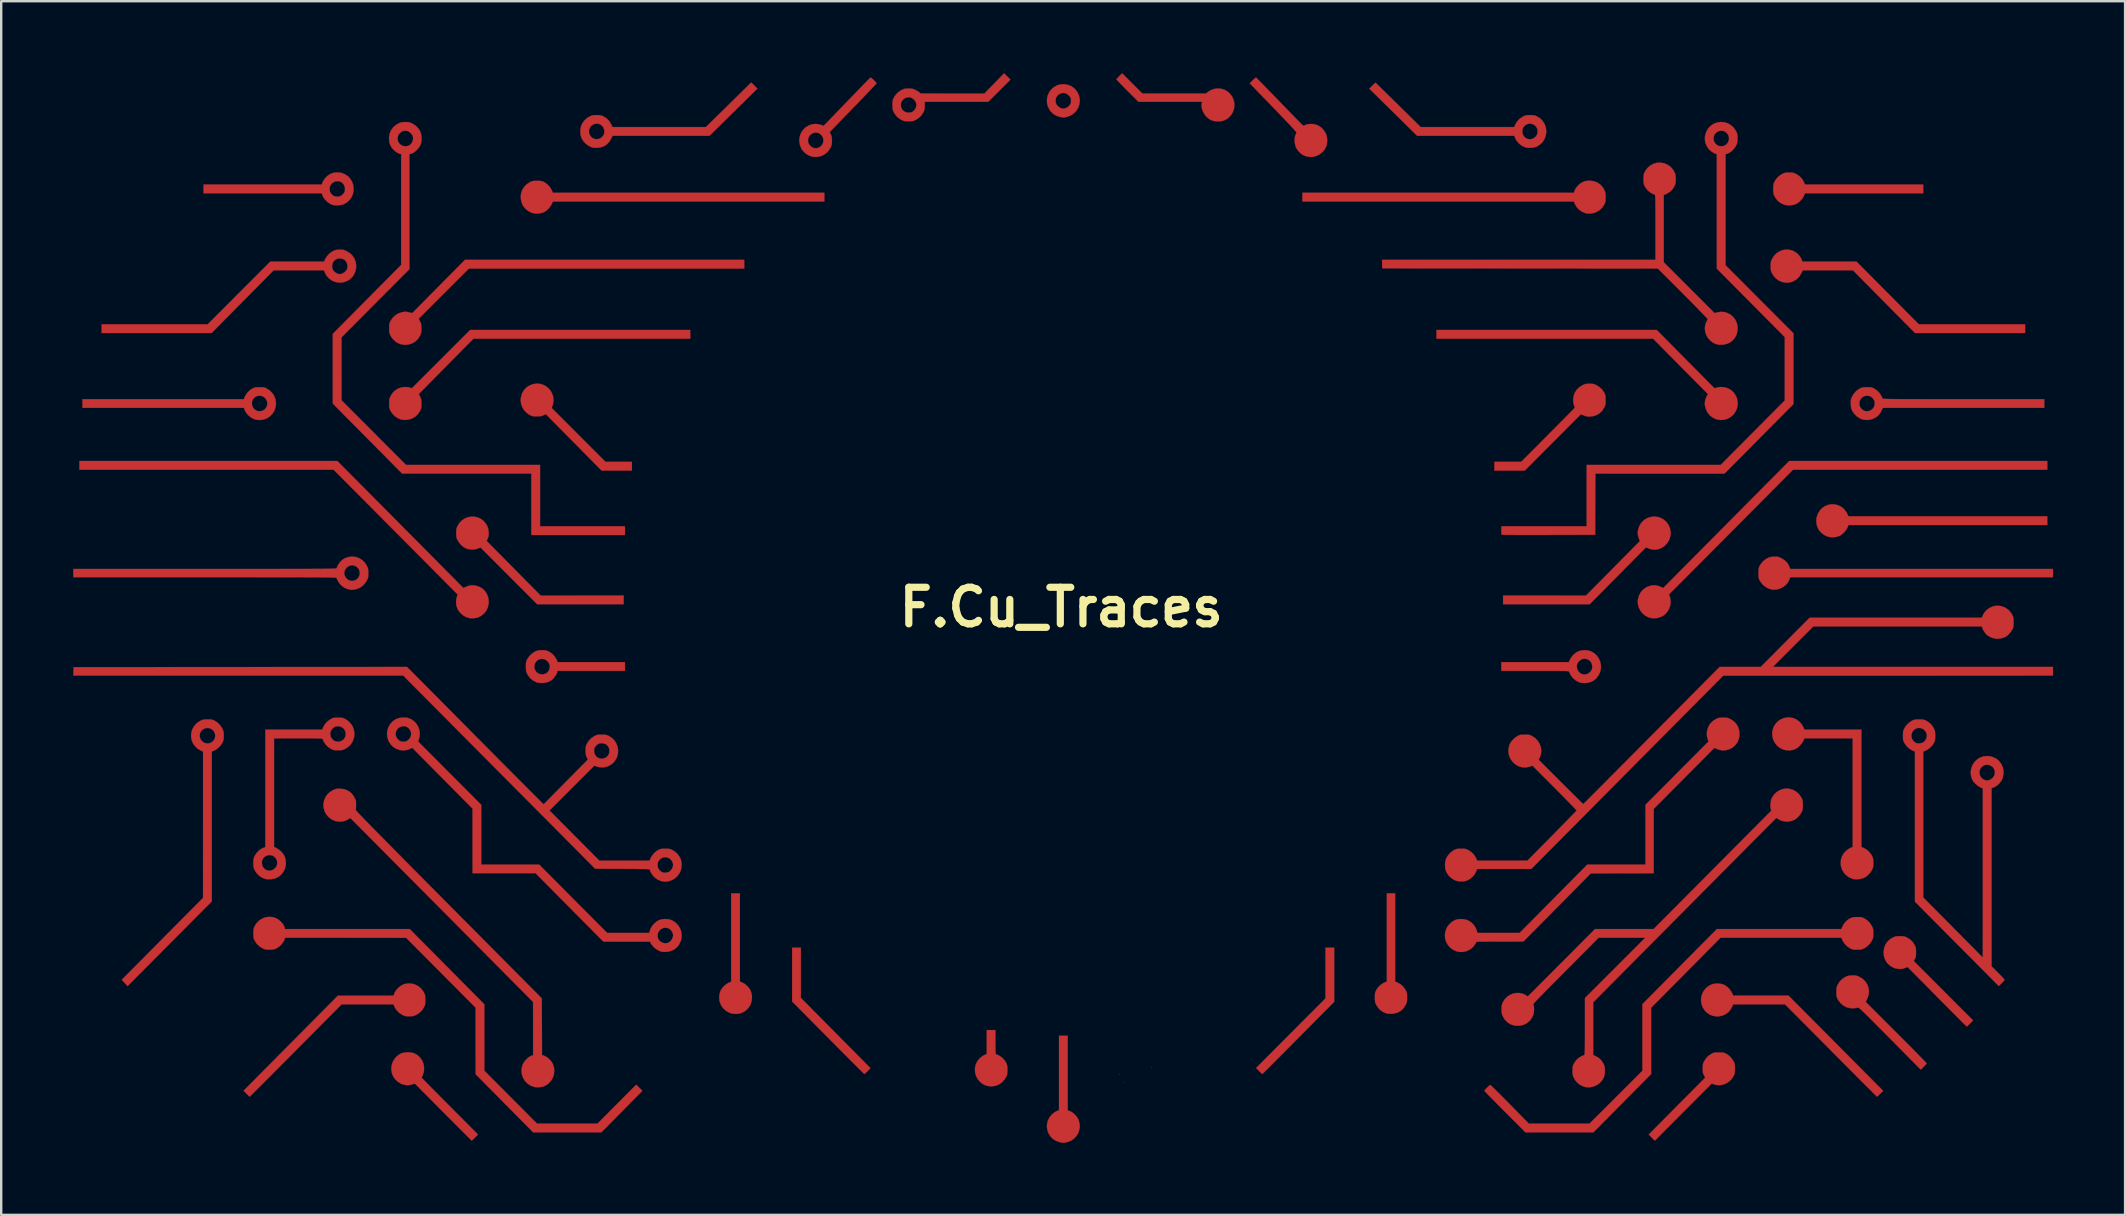
<source format=kicad_pcb>
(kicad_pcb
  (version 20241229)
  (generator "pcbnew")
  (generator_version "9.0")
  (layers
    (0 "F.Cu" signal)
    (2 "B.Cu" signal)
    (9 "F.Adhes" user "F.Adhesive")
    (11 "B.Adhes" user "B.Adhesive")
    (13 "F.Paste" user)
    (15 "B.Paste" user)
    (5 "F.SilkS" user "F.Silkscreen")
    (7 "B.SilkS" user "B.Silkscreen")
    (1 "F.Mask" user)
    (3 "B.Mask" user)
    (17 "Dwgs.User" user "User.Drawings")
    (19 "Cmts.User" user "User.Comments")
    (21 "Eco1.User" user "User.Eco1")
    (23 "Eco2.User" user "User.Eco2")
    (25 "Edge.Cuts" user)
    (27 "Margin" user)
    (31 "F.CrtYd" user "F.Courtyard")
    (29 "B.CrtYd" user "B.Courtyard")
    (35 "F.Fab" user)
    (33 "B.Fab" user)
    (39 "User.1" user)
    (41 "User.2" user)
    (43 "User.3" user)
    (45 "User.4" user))
  (footprint "F.Cu_Traces"
    (layer "F.Cu")
    (at 41.172 22.257)
    (property "Reference" "F.Cu_Traces" (at 0 0 0) (layer "F.SilkS") (effects (font (size 1.524 1.524) (thickness 0.3))))
    (attr through_hole)
    (fp_poly (pts (xy 2.449 19.458) (xy 2.44 19.467) (xy 2.431 19.458) (xy 2.44 19.449) (xy 2.449 19.458)) (stroke (width 0.01) (type solid)) (fill yes) (layer "F.Cu"))
    (fp_poly (pts (xy 2.649 19.785) (xy 2.64 19.794) (xy 2.631 19.785) (xy 2.64 19.776) (xy 2.649 19.785)) (stroke (width 0.01) (type solid)) (fill yes) (layer "F.Cu"))
    (fp_poly (pts (xy 3.774 19.168) (xy 3.765 19.177) (xy 3.756 19.168) (xy 3.765 19.159) (xy 3.774 19.168)) (stroke (width 0.01) (type solid)) (fill yes) (layer "F.Cu"))
    (fp_poly (pts (xy -10.849 16.277) (xy -7.948 19.204) (xy -8.069 19.327) (xy -8.123 19.38) (xy -8.167 19.421) (xy -8.196 19.445) (xy -8.203 19.449) (xy -8.217 19.437) (xy -8.255 19.4) (xy -8.316 19.34) (xy -8.397 19.26) (xy -8.497 19.16) (xy -8.615 19.042) (xy -8.749 18.909) (xy -8.897 18.76) (xy -9.058 18.599) (xy -9.23 18.426) (xy -9.412 18.243) (xy -9.602 18.052) (xy -9.714 17.939) (xy -11.212 16.428) (xy -11.212 15.308) (xy -11.212 14.188) (xy -10.849 14.188) (xy -10.849 16.277)) (stroke (width 0.01) (type solid)) (fill yes) (layer "F.Cu"))
    (fp_poly (pts (xy 11.376 16.441) (xy 9.885 17.945) (xy 9.692 18.14) (xy 9.506 18.327) (xy 9.329 18.505) (xy 9.162 18.673) (xy 9.007 18.829) (xy 8.865 18.971) (xy 8.739 19.098) (xy 8.629 19.208) (xy 8.537 19.299) (xy 8.465 19.37) (xy 8.415 19.419) (xy 8.388 19.445) (xy 8.383 19.449) (xy 8.366 19.437) (xy 8.33 19.405) (xy 8.281 19.357) (xy 8.248 19.324) (xy 8.123 19.199) (xy 9.568 17.748) (xy 11.013 16.298) (xy 11.013 14.188) (xy 11.376 14.188) (xy 11.376 16.441)) (stroke (width 0.01) (type solid)) (fill yes) (layer "F.Cu"))
    (fp_poly (pts (xy 32.241 -4.287) (xy 32.372 -4.254) (xy 32.496 -4.195) (xy 32.607 -4.109) (xy 32.701 -3.996) (xy 32.752 -3.905) (xy 32.806 -3.792) (xy 41.094 -3.792) (xy 41.094 -3.429) (xy 32.809 -3.429) (xy 32.766 -3.325) (xy 32.712 -3.227) (xy 32.635 -3.132) (xy 32.545 -3.048) (xy 32.451 -2.984) (xy 32.403 -2.963) (xy 32.254 -2.923) (xy 32.103 -2.917) (xy 32.044 -2.923) (xy 31.91 -2.958) (xy 31.782 -3.023) (xy 31.669 -3.113) (xy 31.577 -3.221) (xy 31.544 -3.278) (xy 31.487 -3.429) (xy 31.465 -3.583) (xy 31.48 -3.737) (xy 31.53 -3.89) (xy 31.544 -3.918) (xy 31.626 -4.047) (xy 31.728 -4.149) (xy 31.845 -4.224) (xy 31.973 -4.272) (xy 32.106 -4.293) (xy 32.241 -4.287)) (stroke (width 0.01) (type solid)) (fill yes) (layer "F.Cu"))
    (fp_poly (pts (xy -13.389 15.596) (xy -13.288 15.638) (xy -13.185 15.696) (xy -13.086 15.78) (xy -13 15.879) (xy -12.941 15.977) (xy -12.898 16.115) (xy -12.884 16.262) (xy -12.901 16.411) (xy -12.946 16.553) (xy -13.018 16.678) (xy -13.097 16.763) (xy -13.199 16.841) (xy -13.31 16.9) (xy -13.363 16.919) (xy -13.482 16.942) (xy -13.61 16.944) (xy -13.734 16.926) (xy -13.809 16.903) (xy -13.955 16.825) (xy -14.073 16.725) (xy -14.163 16.602) (xy -14.224 16.458) (xy -14.244 16.375) (xy -14.252 16.255) (xy -14.239 16.127) (xy -14.205 16.007) (xy -14.185 15.96) (xy -14.121 15.863) (xy -14.034 15.77) (xy -13.936 15.692) (xy -13.861 15.649) (xy -13.752 15.601) (xy -13.752 11.92) (xy -13.389 11.92) (xy -13.389 15.596)) (stroke (width 0.01) (type solid)) (fill yes) (layer "F.Cu"))
    (fp_poly (pts (xy 0.272 20.965) (xy 0.367 20.998) (xy 0.456 21.044) (xy 0.546 21.115) (xy 0.628 21.203) (xy 0.693 21.296) (xy 0.722 21.357) (xy 0.763 21.502) (xy 0.775 21.636) (xy 0.762 21.746) (xy 0.713 21.901) (xy 0.635 22.034) (xy 0.531 22.145) (xy 0.403 22.229) (xy 0.253 22.286) (xy 0.2 22.297) (xy 0.136 22.309) (xy 0.088 22.313) (xy 0.041 22.31) (xy -0.019 22.298) (xy -0.054 22.29) (xy -0.206 22.239) (xy -0.337 22.159) (xy -0.444 22.052) (xy -0.527 21.921) (xy -0.572 21.8) (xy -0.596 21.654) (xy -0.586 21.509) (xy -0.546 21.369) (xy -0.477 21.241) (xy -0.381 21.128) (xy -0.263 21.036) (xy -0.191 20.998) (xy -0.091 20.952) (xy -0.091 17.853) (xy 0.272 17.853) (xy 0.272 20.965)) (stroke (width 0.01) (type solid)) (fill yes) (layer "F.Cu"))
    (fp_poly (pts (xy 24.844 -3.769) (xy 24.982 -3.727) (xy 25.107 -3.657) (xy 25.216 -3.562) (xy 25.304 -3.443) (xy 25.366 -3.301) (xy 25.371 -3.285) (xy 25.397 -3.139) (xy 25.392 -2.997) (xy 25.358 -2.863) (xy 25.3 -2.74) (xy 25.22 -2.632) (xy 25.122 -2.54) (xy 25.009 -2.469) (xy 24.885 -2.422) (xy 24.753 -2.4) (xy 24.616 -2.409) (xy 24.479 -2.45) (xy 24.464 -2.457) (xy 24.371 -2.499) (xy 23.197 -1.313) (xy 22.022 -0.127) (xy 18.415 -0.127) (xy 18.415 -0.49) (xy 21.871 -0.491) (xy 22.994 -1.625) (xy 24.116 -2.758) (xy 24.078 -2.853) (xy 24.036 -2.989) (xy 24.026 -3.119) (xy 24.039 -3.221) (xy 24.088 -3.375) (xy 24.165 -3.508) (xy 24.268 -3.618) (xy 24.394 -3.703) (xy 24.404 -3.708) (xy 24.551 -3.761) (xy 24.699 -3.781) (xy 24.844 -3.769)) (stroke (width 0.01) (type solid)) (fill yes) (layer "F.Cu"))
    (fp_poly (pts (xy -35.537 -6.096) (xy -30.163 -6.096) (xy -27.535 -3.448) (xy -24.908 -0.801) (xy -24.827 -0.844) (xy -24.687 -0.899) (xy -24.541 -0.918) (xy -24.391 -0.902) (xy -24.238 -0.85) (xy -24.233 -0.848) (xy -24.11 -0.772) (xy -24.01 -0.674) (xy -23.934 -0.557) (xy -23.883 -0.427) (xy -23.858 -0.289) (xy -23.86 -0.148) (xy -23.89 -0.009) (xy -23.948 0.122) (xy -24.036 0.241) (xy -24.045 0.251) (xy -24.167 0.352) (xy -24.303 0.421) (xy -24.452 0.456) (xy -24.61 0.457) (xy -24.654 0.451) (xy -24.791 0.411) (xy -24.92 0.34) (xy -25.033 0.243) (xy -25.124 0.126) (xy -25.16 0.058) (xy -25.199 -0.061) (xy -25.217 -0.191) (xy -25.212 -0.319) (xy -25.185 -0.433) (xy -25.185 -0.433) (xy -25.148 -0.531) (xy -27.734 -3.132) (xy -30.321 -5.733) (xy -40.912 -5.733) (xy -40.912 -6.096) (xy -35.537 -6.096)) (stroke (width 0.01) (type solid)) (fill yes) (layer "F.Cu"))
    (fp_poly (pts (xy -21.754 -17.77) (xy -21.69 -17.766) (xy -21.641 -17.757) (xy -21.595 -17.741) (xy -21.55 -17.72) (xy -21.448 -17.654) (xy -21.351 -17.563) (xy -21.271 -17.458) (xy -21.226 -17.373) (xy -21.184 -17.272) (xy -9.87 -17.272) (xy -9.87 -16.909) (xy -21.182 -16.909) (xy -21.234 -16.797) (xy -21.304 -16.682) (xy -21.397 -16.577) (xy -21.504 -16.494) (xy -21.564 -16.462) (xy -21.685 -16.423) (xy -21.82 -16.406) (xy -21.954 -16.413) (xy -22.045 -16.434) (xy -22.191 -16.5) (xy -22.313 -16.593) (xy -22.409 -16.71) (xy -22.455 -16.793) (xy -22.506 -16.945) (xy -22.523 -17.097) (xy -22.508 -17.246) (xy -22.461 -17.386) (xy -22.384 -17.513) (xy -22.279 -17.623) (xy -22.147 -17.712) (xy -22.144 -17.714) (xy -22.092 -17.74) (xy -22.048 -17.756) (xy -22.001 -17.766) (xy -21.942 -17.77) (xy -21.858 -17.771) (xy -21.844 -17.771) (xy -21.754 -17.77)) (stroke (width 0.01) (type solid)) (fill yes) (layer "F.Cu"))
    (fp_poly (pts (xy -21.714 -9.31) (xy -21.58 -9.27) (xy -21.459 -9.204) (xy -21.354 -9.116) (xy -21.267 -9.009) (xy -21.203 -8.887) (xy -21.165 -8.754) (xy -21.155 -8.612) (xy -21.178 -8.466) (xy -21.19 -8.425) (xy -21.231 -8.304) (xy -20.109 -7.182) (xy -18.987 -6.06) (xy -17.889 -6.06) (xy -17.889 -5.697) (xy -19.151 -5.697) (xy -20.315 -6.874) (xy -21.479 -8.051) (xy -21.576 -8.003) (xy -21.626 -7.981) (xy -21.672 -7.966) (xy -21.726 -7.959) (xy -21.799 -7.956) (xy -21.853 -7.956) (xy -21.939 -7.957) (xy -22.001 -7.961) (xy -22.048 -7.971) (xy -22.094 -7.988) (xy -22.144 -8.013) (xy -22.273 -8.1) (xy -22.379 -8.209) (xy -22.458 -8.337) (xy -22.507 -8.477) (xy -22.525 -8.626) (xy -22.514 -8.749) (xy -22.469 -8.904) (xy -22.395 -9.039) (xy -22.295 -9.151) (xy -22.169 -9.237) (xy -22.022 -9.296) (xy -22.007 -9.3) (xy -21.857 -9.321) (xy -21.714 -9.31)) (stroke (width 0.01) (type solid)) (fill yes) (layer "F.Cu"))
    (fp_poly (pts (xy 27.224 -9.127) (xy 27.313 -9.154) (xy 27.383 -9.169) (xy 27.466 -9.178) (xy 27.514 -9.18) (xy 27.665 -9.164) (xy 27.801 -9.119) (xy 27.919 -9.048) (xy 28.019 -8.956) (xy 28.098 -8.846) (xy 28.154 -8.724) (xy 28.186 -8.593) (xy 28.192 -8.457) (xy 28.17 -8.32) (xy 28.119 -8.186) (xy 28.037 -8.06) (xy 28.002 -8.02) (xy 27.889 -7.923) (xy 27.758 -7.854) (xy 27.616 -7.814) (xy 27.47 -7.804) (xy 27.327 -7.827) (xy 27.303 -7.835) (xy 27.157 -7.901) (xy 27.034 -7.994) (xy 26.937 -8.112) (xy 26.868 -8.253) (xy 26.831 -8.387) (xy 26.82 -8.462) (xy 26.82 -8.522) (xy 26.83 -8.589) (xy 26.84 -8.63) (xy 26.862 -8.704) (xy 26.889 -8.773) (xy 26.912 -8.817) (xy 26.955 -8.881) (xy 25.81 -10.037) (xy 24.665 -11.194) (xy 20.152 -11.194) (xy 15.639 -11.194) (xy 15.639 -11.557) (xy 24.816 -11.557) (xy 27.224 -9.127)) (stroke (width 0.01) (type solid)) (fill yes) (layer "F.Cu"))
    (fp_poly (pts (xy -24.454 -3.777) (xy -24.316 -3.746) (xy -24.185 -3.685) (xy -24.083 -3.608) (xy -23.978 -3.492) (xy -23.907 -3.367) (xy -23.867 -3.228) (xy -23.856 -3.089) (xy -23.86 -2.997) (xy -23.875 -2.924) (xy -23.899 -2.861) (xy -23.943 -2.765) (xy -21.69 -0.488) (xy -19.962 -0.489) (xy -18.234 -0.49) (xy -18.234 -0.127) (xy -21.836 -0.127) (xy -23.018 -1.311) (xy -24.199 -2.495) (xy -24.305 -2.45) (xy -24.433 -2.414) (xy -24.573 -2.405) (xy -24.712 -2.424) (xy -24.788 -2.448) (xy -24.906 -2.511) (xy -25.015 -2.603) (xy -25.106 -2.715) (xy -25.15 -2.791) (xy -25.178 -2.849) (xy -25.195 -2.898) (xy -25.205 -2.948) (xy -25.209 -3.012) (xy -25.209 -3.093) (xy -25.208 -3.182) (xy -25.203 -3.247) (xy -25.193 -3.299) (xy -25.174 -3.349) (xy -25.161 -3.379) (xy -25.082 -3.509) (xy -24.98 -3.615) (xy -24.862 -3.696) (xy -24.732 -3.751) (xy -24.594 -3.778) (xy -24.454 -3.777)) (stroke (width 0.01) (type solid)) (fill yes) (layer "F.Cu"))
    (fp_poly (pts (xy 22.056 -17.777) (xy 22.212 -17.752) (xy 22.353 -17.696) (xy 22.474 -17.609) (xy 22.575 -17.494) (xy 22.629 -17.402) (xy 22.655 -17.344) (xy 22.673 -17.297) (xy 22.682 -17.249) (xy 22.687 -17.188) (xy 22.688 -17.103) (xy 22.688 -17.091) (xy 22.687 -17.001) (xy 22.683 -16.937) (xy 22.674 -16.888) (xy 22.658 -16.842) (xy 22.637 -16.796) (xy 22.552 -16.664) (xy 22.444 -16.556) (xy 22.315 -16.475) (xy 22.171 -16.425) (xy 22.058 -16.409) (xy 21.966 -16.408) (xy 21.882 -16.416) (xy 21.843 -16.425) (xy 21.704 -16.483) (xy 21.58 -16.57) (xy 21.479 -16.683) (xy 21.406 -16.809) (xy 21.363 -16.909) (xy 15.707 -16.909) (xy 10.051 -16.909) (xy 10.051 -17.272) (xy 21.369 -17.272) (xy 21.381 -17.327) (xy 21.41 -17.4) (xy 21.461 -17.483) (xy 21.528 -17.566) (xy 21.602 -17.637) (xy 21.643 -17.667) (xy 21.748 -17.728) (xy 21.85 -17.763) (xy 21.962 -17.778) (xy 22.056 -17.777)) (stroke (width 0.01) (type solid)) (fill yes) (layer "F.Cu"))
    (fp_poly (pts (xy 30.336 -14.901) (xy 30.473 -14.866) (xy 30.602 -14.799) (xy 30.679 -14.739) (xy 30.74 -14.675) (xy 30.797 -14.599) (xy 30.843 -14.523) (xy 30.87 -14.458) (xy 30.871 -14.455) (xy 30.883 -14.405) (xy 33.143 -14.405) (xy 35.739 -11.793) (xy 40.168 -11.793) (xy 40.168 -11.43) (xy 35.581 -11.43) (xy 34.287 -12.736) (xy 32.994 -14.043) (xy 30.903 -14.043) (xy 30.836 -13.908) (xy 30.754 -13.777) (xy 30.652 -13.673) (xy 30.535 -13.598) (xy 30.409 -13.549) (xy 30.276 -13.528) (xy 30.141 -13.534) (xy 30.01 -13.567) (xy 29.885 -13.627) (xy 29.772 -13.715) (xy 29.674 -13.829) (xy 29.614 -13.931) (xy 29.591 -13.984) (xy 29.576 -14.032) (xy 29.568 -14.087) (xy 29.565 -14.16) (xy 29.564 -14.215) (xy 29.565 -14.302) (xy 29.569 -14.363) (xy 29.579 -14.413) (xy 29.597 -14.461) (xy 29.623 -14.518) (xy 29.705 -14.647) (xy 29.808 -14.752) (xy 29.928 -14.831) (xy 30.059 -14.883) (xy 30.197 -14.907) (xy 30.336 -14.901)) (stroke (width 0.01) (type solid)) (fill yes) (layer "F.Cu"))
    (fp_poly (pts (xy 29.807 -2.11) (xy 29.864 -2.104) (xy 29.915 -2.089) (xy 29.976 -2.063) (xy 30.021 -2.04) (xy 30.154 -1.955) (xy 30.258 -1.85) (xy 30.332 -1.727) (xy 30.347 -1.688) (xy 30.38 -1.597) (xy 41.329 -1.597) (xy 41.329 -1.252) (xy 30.38 -1.252) (xy 30.347 -1.161) (xy 30.285 -1.038) (xy 30.196 -0.932) (xy 30.084 -0.844) (xy 29.957 -0.78) (xy 29.821 -0.742) (xy 29.681 -0.733) (xy 29.596 -0.744) (xy 29.454 -0.791) (xy 29.324 -0.869) (xy 29.21 -0.972) (xy 29.122 -1.095) (xy 29.109 -1.12) (xy 29.085 -1.17) (xy 29.07 -1.213) (xy 29.061 -1.26) (xy 29.057 -1.321) (xy 29.056 -1.406) (xy 29.056 -1.424) (xy 29.057 -1.515) (xy 29.06 -1.579) (xy 29.068 -1.628) (xy 29.082 -1.671) (xy 29.104 -1.719) (xy 29.109 -1.73) (xy 29.177 -1.834) (xy 29.267 -1.931) (xy 29.37 -2.013) (xy 29.476 -2.069) (xy 29.477 -2.069) (xy 29.564 -2.096) (xy 29.66 -2.108) (xy 29.731 -2.111) (xy 29.807 -2.11)) (stroke (width 0.01) (type solid)) (fill yes) (layer "F.Cu"))
    (fp_poly (pts (xy 13.916 15.596) (xy 14.015 15.638) (xy 14.136 15.706) (xy 14.245 15.802) (xy 14.334 15.92) (xy 14.352 15.951) (xy 14.38 16.004) (xy 14.398 16.048) (xy 14.409 16.092) (xy 14.413 16.148) (xy 14.414 16.226) (xy 14.415 16.256) (xy 14.414 16.345) (xy 14.41 16.408) (xy 14.401 16.457) (xy 14.385 16.504) (xy 14.36 16.559) (xy 14.356 16.567) (xy 14.271 16.701) (xy 14.165 16.806) (xy 14.039 16.881) (xy 13.893 16.926) (xy 13.77 16.94) (xy 13.665 16.939) (xy 13.578 16.929) (xy 13.54 16.92) (xy 13.394 16.854) (xy 13.27 16.76) (xy 13.17 16.639) (xy 13.12 16.548) (xy 13.097 16.497) (xy 13.083 16.449) (xy 13.076 16.395) (xy 13.072 16.323) (xy 13.072 16.256) (xy 13.073 16.167) (xy 13.077 16.104) (xy 13.086 16.055) (xy 13.101 16.011) (xy 13.126 15.96) (xy 13.196 15.852) (xy 13.291 15.753) (xy 13.399 15.674) (xy 13.47 15.638) (xy 13.571 15.596) (xy 13.571 11.92) (xy 13.916 11.92) (xy 13.916 15.596)) (stroke (width 0.01) (type solid)) (fill yes) (layer "F.Cu"))
    (fp_poly (pts (xy -19.027 -14.478) (xy -13.208 -14.478) (xy -13.208 -14.115) (xy -24.683 -14.115) (xy -26.775 -12.023) (xy -26.718 -11.913) (xy -26.692 -11.858) (xy -26.675 -11.813) (xy -26.666 -11.764) (xy -26.662 -11.701) (xy -26.661 -11.62) (xy -26.662 -11.531) (xy -26.667 -11.467) (xy -26.678 -11.415) (xy -26.696 -11.365) (xy -26.71 -11.335) (xy -26.792 -11.2) (xy -26.898 -11.09) (xy -27.023 -11.009) (xy -27.166 -10.957) (xy -27.321 -10.937) (xy -27.438 -10.944) (xy -27.574 -10.979) (xy -27.702 -11.045) (xy -27.816 -11.139) (xy -27.909 -11.254) (xy -27.955 -11.336) (xy -27.978 -11.388) (xy -27.992 -11.436) (xy -28 -11.49) (xy -28.003 -11.561) (xy -28.003 -11.63) (xy -28.003 -11.719) (xy -27.999 -11.782) (xy -27.99 -11.831) (xy -27.974 -11.875) (xy -27.951 -11.924) (xy -27.864 -12.058) (xy -27.752 -12.167) (xy -27.619 -12.248) (xy -27.468 -12.298) (xy -27.438 -12.304) (xy -27.364 -12.314) (xy -27.304 -12.316) (xy -27.24 -12.307) (xy -27.176 -12.292) (xy -27.042 -12.26) (xy -24.847 -14.478) (xy -19.027 -14.478)) (stroke (width 0.01) (type solid)) (fill yes) (layer "F.Cu"))
    (fp_poly (pts (xy 30.42 -18.115) (xy 30.481 -18.11) (xy 30.532 -18.098) (xy 30.584 -18.078) (xy 30.629 -18.056) (xy 30.758 -17.973) (xy 30.865 -17.865) (xy 30.945 -17.737) (xy 30.954 -17.718) (xy 30.997 -17.617) (xy 33.46 -17.617) (xy 35.923 -17.617) (xy 35.923 -17.254) (xy 33.46 -17.254) (xy 30.997 -17.253) (xy 30.953 -17.152) (xy 30.887 -17.037) (xy 30.797 -16.931) (xy 30.692 -16.845) (xy 30.631 -16.81) (xy 30.518 -16.77) (xy 30.388 -16.75) (xy 30.257 -16.751) (xy 30.137 -16.774) (xy 30.123 -16.779) (xy 29.978 -16.848) (xy 29.857 -16.945) (xy 29.76 -17.069) (xy 29.72 -17.144) (xy 29.698 -17.195) (xy 29.684 -17.243) (xy 29.676 -17.298) (xy 29.673 -17.371) (xy 29.673 -17.435) (xy 29.674 -17.526) (xy 29.678 -17.591) (xy 29.688 -17.643) (xy 29.704 -17.69) (xy 29.721 -17.73) (xy 29.793 -17.845) (xy 29.891 -17.951) (xy 30.007 -18.036) (xy 30.054 -18.062) (xy 30.11 -18.088) (xy 30.159 -18.104) (xy 30.214 -18.112) (xy 30.285 -18.115) (xy 30.335 -18.116) (xy 30.42 -18.115)) (stroke (width 0.01) (type solid)) (fill yes) (layer "F.Cu"))
    (fp_poly (pts (xy 41.094 -5.733) (xy 30.496 -5.733) (xy 28.906 -4.132) (xy 28.682 -3.907) (xy 28.45 -3.673) (xy 28.212 -3.433) (xy 27.971 -3.191) (xy 27.73 -2.949) (xy 27.494 -2.711) (xy 27.264 -2.479) (xy 27.044 -2.258) (xy 26.837 -2.05) (xy 26.646 -1.858) (xy 26.474 -1.686) (xy 26.324 -1.536) (xy 26.321 -1.532) (xy 25.326 -0.534) (xy 25.355 -0.464) (xy 25.388 -0.347) (xy 25.396 -0.214) (xy 25.381 -0.081) (xy 25.366 -0.025) (xy 25.303 0.12) (xy 25.214 0.243) (xy 25.103 0.34) (xy 24.973 0.41) (xy 24.827 0.451) (xy 24.671 0.459) (xy 24.606 0.453) (xy 24.464 0.415) (xy 24.337 0.348) (xy 24.227 0.256) (xy 24.138 0.143) (xy 24.073 0.014) (xy 24.035 -0.125) (xy 24.029 -0.271) (xy 24.038 -0.342) (xy 24.083 -0.499) (xy 24.158 -0.635) (xy 24.259 -0.747) (xy 24.384 -0.834) (xy 24.533 -0.893) (xy 24.589 -0.907) (xy 24.722 -0.919) (xy 24.852 -0.901) (xy 24.979 -0.853) (xy 25.086 -0.802) (xy 30.34 -6.096) (xy 41.094 -6.096) (xy 41.094 -5.733)) (stroke (width 0.01) (type solid)) (fill yes) (layer "F.Cu"))
    (fp_poly (pts (xy 2.962 -21.83) (xy 3.384 -21.409) (xy 6.027 -21.409) (xy 6.096 -21.463) (xy 6.231 -21.549) (xy 6.373 -21.601) (xy 6.52 -21.621) (xy 6.666 -21.61) (xy 6.806 -21.566) (xy 6.936 -21.491) (xy 7.032 -21.405) (xy 7.124 -21.283) (xy 7.184 -21.149) (xy 7.215 -21.01) (xy 7.216 -20.868) (xy 7.189 -20.73) (xy 7.136 -20.6) (xy 7.057 -20.483) (xy 6.953 -20.383) (xy 6.825 -20.306) (xy 6.776 -20.285) (xy 6.663 -20.257) (xy 6.534 -20.248) (xy 6.406 -20.257) (xy 6.3 -20.283) (xy 6.215 -20.319) (xy 6.144 -20.363) (xy 6.074 -20.424) (xy 6.017 -20.484) (xy 5.95 -20.577) (xy 5.897 -20.684) (xy 5.862 -20.796) (xy 5.847 -20.904) (xy 5.856 -20.997) (xy 5.858 -21.005) (xy 5.876 -21.064) (xy 3.22 -21.064) (xy 2.762 -21.522) (xy 2.656 -21.628) (xy 2.559 -21.727) (xy 2.474 -21.815) (xy 2.402 -21.889) (xy 2.349 -21.946) (xy 2.315 -21.984) (xy 2.304 -21.999) (xy 2.316 -22.019) (xy 2.349 -22.058) (xy 2.396 -22.108) (xy 2.422 -22.134) (xy 2.54 -22.252) (xy 2.962 -21.83)) (stroke (width 0.01) (type solid)) (fill yes) (layer "F.Cu"))
    (fp_poly (pts (xy -15.458 -11.194) (xy -24.49 -11.194) (xy -25.631 -10.041) (xy -26.771 -8.887) (xy -26.716 -8.776) (xy -26.69 -8.72) (xy -26.674 -8.673) (xy -26.665 -8.622) (xy -26.662 -8.557) (xy -26.661 -8.482) (xy -26.662 -8.395) (xy -26.666 -8.332) (xy -26.677 -8.282) (xy -26.694 -8.234) (xy -26.714 -8.192) (xy -26.798 -8.061) (xy -26.906 -7.954) (xy -27.035 -7.874) (xy -27.179 -7.825) (xy -27.291 -7.81) (xy -27.368 -7.809) (xy -27.44 -7.812) (xy -27.491 -7.82) (xy -27.632 -7.874) (xy -27.761 -7.958) (xy -27.87 -8.067) (xy -27.952 -8.196) (xy -27.953 -8.197) (xy -27.976 -8.248) (xy -27.991 -8.293) (xy -27.999 -8.344) (xy -28.003 -8.411) (xy -28.003 -8.491) (xy -28.003 -8.58) (xy -27.999 -8.643) (xy -27.99 -8.692) (xy -27.974 -8.739) (xy -27.949 -8.794) (xy -27.945 -8.802) (xy -27.86 -8.936) (xy -27.753 -9.041) (xy -27.625 -9.118) (xy -27.479 -9.164) (xy -27.369 -9.177) (xy -27.252 -9.176) (xy -27.162 -9.161) (xy -27.142 -9.155) (xy -27.06 -9.127) (xy -25.844 -10.342) (xy -24.629 -11.557) (xy -15.458 -11.557) (xy -15.458 -11.194)) (stroke (width 0.01) (type solid)) (fill yes) (layer "F.Cu"))
    (fp_poly (pts (xy -2.74 18.116) (xy -2.739 18.264) (xy -2.739 18.38) (xy -2.737 18.468) (xy -2.735 18.532) (xy -2.732 18.575) (xy -2.727 18.603) (xy -2.72 18.618) (xy -2.711 18.625) (xy -2.708 18.626) (xy -2.568 18.691) (xy -2.445 18.782) (xy -2.345 18.895) (xy -2.289 18.991) (xy -2.266 19.045) (xy -2.252 19.095) (xy -2.244 19.151) (xy -2.241 19.226) (xy -2.241 19.277) (xy -2.242 19.366) (xy -2.247 19.431) (xy -2.258 19.482) (xy -2.276 19.533) (xy -2.289 19.561) (xy -2.36 19.678) (xy -2.454 19.782) (xy -2.563 19.865) (xy -2.68 19.924) (xy -2.777 19.948) (xy -2.835 19.956) (xy -2.883 19.963) (xy -2.894 19.965) (xy -2.932 19.965) (xy -2.99 19.96) (xy -3.028 19.954) (xy -3.16 19.921) (xy -3.275 19.862) (xy -3.381 19.777) (xy -3.482 19.657) (xy -3.552 19.521) (xy -3.59 19.371) (xy -3.593 19.21) (xy -3.589 19.174) (xy -3.554 19.036) (xy -3.487 18.907) (xy -3.392 18.793) (xy -3.276 18.701) (xy -3.207 18.663) (xy -3.102 18.614) (xy -3.102 17.617) (xy -2.74 17.617) (xy -2.74 18.116)) (stroke (width 0.01) (type solid)) (fill yes) (layer "F.Cu"))
    (fp_poly (pts (xy 27.509 15.694) (xy 27.63 15.734) (xy 27.635 15.736) (xy 27.737 15.802) (xy 27.834 15.892) (xy 27.915 15.998) (xy 27.96 16.081) (xy 28.003 16.183) (xy 29.156 16.182) (xy 30.308 16.182) (xy 34.252 20.148) (xy 34.131 20.27) (xy 34.077 20.323) (xy 34.033 20.364) (xy 34.004 20.389) (xy 33.997 20.393) (xy 33.983 20.38) (xy 33.945 20.343) (xy 33.884 20.283) (xy 33.802 20.202) (xy 33.7 20.1) (xy 33.579 19.98) (xy 33.441 19.842) (xy 33.288 19.689) (xy 33.12 19.521) (xy 32.94 19.34) (xy 32.748 19.147) (xy 32.546 18.944) (xy 32.335 18.733) (xy 32.117 18.514) (xy 32.074 18.469) (xy 30.163 16.546) (xy 29.082 16.546) (xy 28.001 16.546) (xy 27.962 16.642) (xy 27.89 16.772) (xy 27.795 16.878) (xy 27.682 16.959) (xy 27.557 17.015) (xy 27.423 17.045) (xy 27.285 17.047) (xy 27.15 17.023) (xy 27.02 16.97) (xy 26.902 16.889) (xy 26.814 16.797) (xy 26.732 16.666) (xy 26.682 16.526) (xy 26.663 16.383) (xy 26.674 16.24) (xy 26.714 16.104) (xy 26.781 15.977) (xy 26.874 15.866) (xy 26.992 15.774) (xy 27.118 15.711) (xy 27.24 15.682) (xy 27.374 15.677) (xy 27.509 15.694)) (stroke (width 0.01) (type solid)) (fill yes) (layer "F.Cu"))
    (fp_poly (pts (xy -27.114 18.55) (xy -26.988 18.578) (xy -26.872 18.633) (xy -26.817 18.67) (xy -26.712 18.768) (xy -26.631 18.887) (xy -26.576 19.022) (xy -26.55 19.165) (xy -26.553 19.311) (xy -26.587 19.452) (xy -26.605 19.495) (xy -26.653 19.602) (xy -26.439 19.82) (xy -26.391 19.869) (xy -26.32 19.942) (xy -26.228 20.034) (xy -26.119 20.145) (xy -25.994 20.27) (xy -25.857 20.409) (xy -25.71 20.557) (xy -25.555 20.712) (xy -25.396 20.872) (xy -25.264 21.005) (xy -24.303 21.971) (xy -24.429 22.098) (xy -24.484 22.151) (xy -24.528 22.194) (xy -24.557 22.219) (xy -24.565 22.223) (xy -24.579 22.21) (xy -24.616 22.174) (xy -24.676 22.115) (xy -24.756 22.035) (xy -24.854 21.938) (xy -24.969 21.823) (xy -25.098 21.693) (xy -25.24 21.551) (xy -25.394 21.396) (xy -25.557 21.233) (xy -25.727 21.061) (xy -25.754 21.035) (xy -26.933 19.848) (xy -27.051 19.886) (xy -27.185 19.915) (xy -27.316 19.911) (xy -27.451 19.876) (xy -27.535 19.839) (xy -27.664 19.757) (xy -27.767 19.653) (xy -27.844 19.533) (xy -27.893 19.401) (xy -27.915 19.262) (xy -27.907 19.12) (xy -27.87 18.981) (xy -27.802 18.849) (xy -27.71 18.736) (xy -27.607 18.648) (xy -27.499 18.589) (xy -27.378 18.556) (xy -27.26 18.545) (xy -27.114 18.55)) (stroke (width 0.01) (type solid)) (fill yes) (layer "F.Cu"))
    (fp_poly (pts (xy 35.039 13.708) (xy 35.101 13.712) (xy 35.151 13.722) (xy 35.199 13.74) (xy 35.254 13.766) (xy 35.387 13.851) (xy 35.495 13.962) (xy 35.575 14.094) (xy 35.598 14.148) (xy 35.613 14.197) (xy 35.62 14.254) (xy 35.623 14.329) (xy 35.623 14.378) (xy 35.622 14.466) (xy 35.618 14.528) (xy 35.608 14.576) (xy 35.591 14.619) (xy 35.576 14.65) (xy 35.528 14.741) (xy 36.764 15.979) (xy 38 17.217) (xy 37.873 17.344) (xy 37.819 17.398) (xy 37.774 17.441) (xy 37.745 17.467) (xy 37.737 17.472) (xy 37.723 17.459) (xy 37.686 17.422) (xy 37.626 17.363) (xy 37.546 17.284) (xy 37.448 17.186) (xy 37.333 17.07) (xy 37.203 16.94) (xy 37.06 16.796) (xy 36.905 16.64) (xy 36.741 16.475) (xy 36.568 16.301) (xy 36.498 16.23) (xy 35.269 14.988) (xy 35.183 15.026) (xy 35.051 15.066) (xy 34.913 15.073) (xy 34.775 15.05) (xy 34.642 14.998) (xy 34.522 14.921) (xy 34.419 14.819) (xy 34.379 14.764) (xy 34.318 14.646) (xy 34.283 14.523) (xy 34.273 14.382) (xy 34.275 14.332) (xy 34.3 14.178) (xy 34.358 14.038) (xy 34.446 13.917) (xy 34.562 13.818) (xy 34.65 13.766) (xy 34.709 13.738) (xy 34.757 13.721) (xy 34.807 13.712) (xy 34.871 13.708) (xy 34.952 13.707) (xy 35.039 13.708)) (stroke (width 0.01) (type solid)) (fill yes) (layer "F.Cu"))
    (fp_poly (pts (xy 22.101 -9.315) (xy 22.163 -9.308) (xy 22.217 -9.295) (xy 22.276 -9.271) (xy 22.298 -9.26) (xy 22.428 -9.18) (xy 22.54 -9.075) (xy 22.625 -8.953) (xy 22.636 -8.931) (xy 22.66 -8.879) (xy 22.675 -8.833) (xy 22.683 -8.783) (xy 22.687 -8.716) (xy 22.688 -8.636) (xy 22.687 -8.547) (xy 22.683 -8.484) (xy 22.674 -8.435) (xy 22.658 -8.388) (xy 22.633 -8.333) (xy 22.629 -8.325) (xy 22.544 -8.191) (xy 22.437 -8.086) (xy 22.309 -8.009) (xy 22.163 -7.963) (xy 22.051 -7.95) (xy 21.968 -7.948) (xy 21.905 -7.954) (xy 21.844 -7.969) (xy 21.78 -7.993) (xy 21.656 -8.042) (xy 20.487 -6.87) (xy 19.318 -5.697) (xy 18.052 -5.697) (xy 18.052 -6.06) (xy 19.168 -6.06) (xy 20.021 -6.917) (xy 20.175 -7.072) (xy 20.329 -7.227) (xy 20.48 -7.379) (xy 20.623 -7.524) (xy 20.757 -7.659) (xy 20.878 -7.781) (xy 20.983 -7.887) (xy 21.07 -7.974) (xy 21.134 -8.039) (xy 21.141 -8.047) (xy 21.408 -8.319) (xy 21.37 -8.418) (xy 21.342 -8.534) (xy 21.336 -8.663) (xy 21.352 -8.794) (xy 21.388 -8.912) (xy 21.397 -8.932) (xy 21.481 -9.062) (xy 21.592 -9.172) (xy 21.726 -9.256) (xy 21.731 -9.258) (xy 21.796 -9.287) (xy 21.85 -9.304) (xy 21.907 -9.313) (xy 21.982 -9.316) (xy 22.016 -9.316) (xy 22.101 -9.315)) (stroke (width 0.01) (type solid)) (fill yes) (layer "F.Cu"))
    (fp_poly (pts (xy 27.495 18.552) (xy 27.56 18.555) (xy 27.609 18.563) (xy 27.652 18.577) (xy 27.7 18.599) (xy 27.709 18.604) (xy 27.825 18.68) (xy 27.929 18.784) (xy 28.014 18.906) (xy 28.025 18.925) (xy 28.048 18.972) (xy 28.063 19.013) (xy 28.071 19.059) (xy 28.075 19.12) (xy 28.076 19.206) (xy 28.076 19.222) (xy 28.075 19.314) (xy 28.072 19.379) (xy 28.063 19.429) (xy 28.049 19.473) (xy 28.027 19.522) (xy 28.026 19.523) (xy 27.946 19.65) (xy 27.842 19.755) (xy 27.722 19.835) (xy 27.589 19.889) (xy 27.449 19.915) (xy 27.308 19.909) (xy 27.179 19.874) (xy 27.111 19.847) (xy 25.924 21.037) (xy 24.738 22.227) (xy 24.611 22.099) (xy 24.484 21.971) (xy 25.119 21.331) (xy 25.27 21.179) (xy 25.435 21.013) (xy 25.607 20.839) (xy 25.781 20.664) (xy 25.95 20.494) (xy 26.108 20.335) (xy 26.249 20.193) (xy 26.295 20.146) (xy 26.837 19.6) (xy 26.785 19.502) (xy 26.761 19.452) (xy 26.746 19.408) (xy 26.737 19.359) (xy 26.734 19.292) (xy 26.734 19.222) (xy 26.735 19.133) (xy 26.74 19.068) (xy 26.75 19.017) (xy 26.769 18.967) (xy 26.782 18.938) (xy 26.864 18.804) (xy 26.975 18.69) (xy 27.092 18.613) (xy 27.144 18.585) (xy 27.186 18.568) (xy 27.229 18.557) (xy 27.283 18.553) (xy 27.359 18.551) (xy 27.405 18.551) (xy 27.495 18.552)) (stroke (width 0.01) (type solid)) (fill yes) (layer "F.Cu"))
    (fp_poly (pts (xy -30.031 -18.111) (xy -29.98 -18.099) (xy -29.839 -18.042) (xy -29.721 -17.961) (xy -29.627 -17.861) (xy -29.556 -17.745) (xy -29.509 -17.619) (xy -29.486 -17.487) (xy -29.488 -17.352) (xy -29.516 -17.22) (xy -29.568 -17.095) (xy -29.647 -16.981) (xy -29.752 -16.883) (xy -29.873 -16.809) (xy -29.979 -16.773) (xy -30.104 -16.752) (xy -30.231 -16.75) (xy -30.346 -16.765) (xy -30.374 -16.773) (xy -30.478 -16.821) (xy -30.579 -16.894) (xy -30.671 -16.984) (xy -30.744 -17.082) (xy -30.791 -17.181) (xy -30.792 -17.185) (xy -30.812 -17.254) (xy -35.741 -17.254) (xy -35.741 -17.406) (xy -30.489 -17.406) (xy -30.469 -17.314) (xy -30.422 -17.231) (xy -30.35 -17.163) (xy -30.321 -17.146) (xy -30.235 -17.117) (xy -30.138 -17.111) (xy -30.05 -17.128) (xy -29.985 -17.166) (xy -29.921 -17.224) (xy -29.872 -17.29) (xy -29.871 -17.294) (xy -29.855 -17.341) (xy -29.846 -17.405) (xy -29.845 -17.435) (xy -29.861 -17.542) (xy -29.905 -17.63) (xy -29.971 -17.699) (xy -30.055 -17.743) (xy -30.151 -17.76) (xy -30.253 -17.746) (xy -30.312 -17.723) (xy -30.395 -17.665) (xy -30.452 -17.589) (xy -30.483 -17.5) (xy -30.489 -17.406) (xy -35.741 -17.406) (xy -35.741 -17.617) (xy -30.815 -17.617) (xy -30.783 -17.707) (xy -30.738 -17.794) (xy -30.669 -17.885) (xy -30.585 -17.969) (xy -30.494 -18.037) (xy -30.447 -18.063) (xy -30.317 -18.107) (xy -30.174 -18.123) (xy -30.031 -18.111)) (stroke (width 0.01) (type solid)) (fill yes) (layer "F.Cu"))
    (fp_poly (pts (xy -33.312 -9.17) (xy -33.249 -9.167) (xy -33.202 -9.158) (xy -33.159 -9.143) (xy -33.114 -9.12) (xy -32.976 -9.029) (xy -32.867 -8.919) (xy -32.787 -8.791) (xy -32.738 -8.652) (xy -32.721 -8.504) (xy -32.737 -8.351) (xy -32.788 -8.198) (xy -32.79 -8.194) (xy -32.867 -8.066) (xy -32.97 -7.961) (xy -33.093 -7.88) (xy -33.23 -7.827) (xy -33.377 -7.804) (xy -33.528 -7.813) (xy -33.569 -7.821) (xy -33.689 -7.866) (xy -33.805 -7.94) (xy -33.907 -8.035) (xy -33.987 -8.145) (xy -34.019 -8.208) (xy -34.061 -8.309) (xy -40.785 -8.309) (xy -40.785 -8.499) (xy -33.726 -8.499) (xy -33.724 -8.465) (xy -33.699 -8.363) (xy -33.647 -8.279) (xy -33.574 -8.216) (xy -33.486 -8.178) (xy -33.389 -8.168) (xy -33.288 -8.19) (xy -33.264 -8.201) (xy -33.179 -8.261) (xy -33.119 -8.341) (xy -33.086 -8.435) (xy -33.083 -8.535) (xy -33.106 -8.622) (xy -33.164 -8.712) (xy -33.244 -8.776) (xy -33.341 -8.81) (xy -33.364 -8.813) (xy -33.452 -8.816) (xy -33.52 -8.801) (xy -33.581 -8.765) (xy -33.617 -8.735) (xy -33.682 -8.663) (xy -33.717 -8.588) (xy -33.726 -8.499) (xy -40.785 -8.499) (xy -40.785 -8.672) (xy -34.061 -8.672) (xy -34.019 -8.773) (xy -33.959 -8.881) (xy -33.875 -8.983) (xy -33.776 -9.07) (xy -33.695 -9.121) (xy -33.644 -9.144) (xy -33.598 -9.159) (xy -33.547 -9.167) (xy -33.48 -9.171) (xy -33.401 -9.171) (xy -33.312 -9.17)) (stroke (width 0.01) (type solid)) (fill yes) (layer "F.Cu"))
    (fp_poly (pts (xy -32.849 12.912) (xy -32.821 12.918) (xy -32.718 12.956) (xy -32.615 13.019) (xy -32.52 13.099) (xy -32.44 13.19) (xy -32.382 13.284) (xy -32.358 13.353) (xy -32.346 13.408) (xy -27.148 13.408) (xy -24.039 16.543) (xy -24.039 17.928) (xy -24.038 19.313) (xy -22.94 20.415) (xy -21.842 21.517) (xy -19.324 21.517) (xy -18.517 20.706) (xy -17.709 19.894) (xy -17.581 20.021) (xy -17.453 20.149) (xy -18.307 21.015) (xy -19.162 21.88) (xy -22.004 21.88) (xy -23.202 20.669) (xy -24.401 19.458) (xy -24.402 18.072) (xy -24.402 16.685) (xy -25.849 15.23) (xy -27.296 13.775) (xy -29.818 13.772) (xy -32.34 13.77) (xy -32.372 13.861) (xy -32.421 13.955) (xy -32.495 14.049) (xy -32.586 14.135) (xy -32.685 14.202) (xy -32.716 14.217) (xy -32.778 14.243) (xy -32.833 14.259) (xy -32.894 14.267) (xy -32.975 14.269) (xy -32.993 14.269) (xy -33.077 14.268) (xy -33.139 14.262) (xy -33.193 14.248) (xy -33.252 14.224) (xy -33.278 14.212) (xy -33.413 14.128) (xy -33.526 14.018) (xy -33.611 13.887) (xy -33.613 13.883) (xy -33.637 13.832) (xy -33.652 13.786) (xy -33.66 13.736) (xy -33.663 13.669) (xy -33.664 13.589) (xy -33.663 13.5) (xy -33.659 13.436) (xy -33.65 13.387) (xy -33.634 13.341) (xy -33.611 13.29) (xy -33.527 13.158) (xy -33.419 13.051) (xy -33.293 12.971) (xy -33.152 12.919) (xy -33.003 12.898) (xy -32.849 12.912)) (stroke (width 0.01) (type solid)) (fill yes) (layer "F.Cu"))
    (fp_poly (pts (xy 0.273 -21.774) (xy 0.408 -21.721) (xy 0.532 -21.637) (xy 0.572 -21.6) (xy 0.669 -21.48) (xy 0.734 -21.349) (xy 0.768 -21.213) (xy 0.774 -21.074) (xy 0.752 -20.939) (xy 0.704 -20.809) (xy 0.631 -20.691) (xy 0.535 -20.589) (xy 0.417 -20.506) (xy 0.278 -20.448) (xy 0.2 -20.429) (xy 0.136 -20.418) (xy 0.088 -20.414) (xy 0.041 -20.417) (xy -0.019 -20.428) (xy -0.054 -20.436) (xy -0.206 -20.487) (xy -0.337 -20.567) (xy -0.445 -20.674) (xy -0.487 -20.733) (xy -0.556 -20.875) (xy -0.591 -21.024) (xy -0.592 -21.109) (xy -0.236 -21.109) (xy -0.221 -21.005) (xy -0.175 -20.917) (xy -0.097 -20.845) (xy 0.013 -20.787) (xy 0.018 -20.785) (xy 0.065 -20.78) (xy 0.129 -20.787) (xy 0.196 -20.804) (xy 0.243 -20.824) (xy 0.287 -20.858) (xy 0.335 -20.906) (xy 0.352 -20.925) (xy 0.384 -20.969) (xy 0.401 -21.01) (xy 0.407 -21.063) (xy 0.408 -21.109) (xy 0.406 -21.177) (xy 0.396 -21.224) (xy 0.374 -21.264) (xy 0.352 -21.293) (xy 0.27 -21.374) (xy 0.181 -21.42) (xy 0.093 -21.434) (xy -0.012 -21.419) (xy -0.102 -21.373) (xy -0.173 -21.303) (xy -0.22 -21.213) (xy -0.236 -21.109) (xy -0.592 -21.109) (xy -0.593 -21.177) (xy -0.562 -21.327) (xy -0.496 -21.47) (xy -0.487 -21.485) (xy -0.392 -21.603) (xy -0.277 -21.694) (xy -0.149 -21.757) (xy -0.011 -21.792) (xy 0.132 -21.798) (xy 0.273 -21.774)) (stroke (width 0.01) (type solid)) (fill yes) (layer "F.Cu"))
    (fp_poly (pts (xy -27.033 15.688) (xy -26.89 15.734) (xy -26.761 15.81) (xy -26.65 15.913) (xy -26.562 16.042) (xy -26.545 16.075) (xy -26.523 16.125) (xy -26.509 16.172) (xy -26.501 16.226) (xy -26.498 16.299) (xy -26.498 16.365) (xy -26.499 16.454) (xy -26.503 16.519) (xy -26.512 16.568) (xy -26.528 16.614) (xy -26.549 16.659) (xy -26.633 16.791) (xy -26.745 16.902) (xy -26.88 16.986) (xy -26.884 16.987) (xy -26.949 17.016) (xy -27.003 17.033) (xy -27.061 17.042) (xy -27.136 17.045) (xy -27.169 17.045) (xy -27.256 17.043) (xy -27.32 17.037) (xy -27.374 17.023) (xy -27.431 16.999) (xy -27.433 16.998) (xy -27.562 16.92) (xy -27.672 16.819) (xy -27.757 16.701) (xy -27.796 16.614) (xy -27.82 16.546) (xy -29.986 16.546) (xy -31.895 18.469) (xy -32.114 18.69) (xy -32.326 18.903) (xy -32.53 19.108) (xy -32.724 19.303) (xy -32.906 19.486) (xy -33.077 19.657) (xy -33.233 19.813) (xy -33.373 19.954) (xy -33.497 20.078) (xy -33.603 20.183) (xy -33.689 20.269) (xy -33.754 20.333) (xy -33.797 20.375) (xy -33.816 20.392) (xy -33.816 20.393) (xy -33.834 20.381) (xy -33.87 20.348) (xy -33.919 20.301) (xy -33.95 20.27) (xy -34.072 20.147) (xy -32.108 18.166) (xy -30.144 16.186) (xy -27.816 16.183) (xy -27.804 16.129) (xy -27.768 16.037) (xy -27.704 15.943) (xy -27.62 15.854) (xy -27.522 15.778) (xy -27.418 15.72) (xy -27.34 15.693) (xy -27.185 15.674) (xy -27.033 15.688)) (stroke (width 0.01) (type solid)) (fill yes) (layer "F.Cu"))
    (fp_poly (pts (xy -29.98 -14.902) (xy -29.92 -14.895) (xy -29.867 -14.881) (xy -29.805 -14.854) (xy -29.767 -14.835) (xy -29.636 -14.753) (xy -29.533 -14.653) (xy -29.457 -14.538) (xy -29.407 -14.413) (xy -29.382 -14.283) (xy -29.382 -14.151) (xy -29.407 -14.021) (xy -29.454 -13.898) (xy -29.525 -13.786) (xy -29.618 -13.688) (xy -29.733 -13.61) (xy -29.868 -13.556) (xy -29.968 -13.535) (xy -30.118 -13.531) (xy -30.263 -13.561) (xy -30.398 -13.621) (xy -30.516 -13.708) (xy -30.614 -13.819) (xy -30.681 -13.942) (xy -30.723 -14.043) (xy -32.817 -14.043) (xy -35.405 -11.43) (xy -39.987 -11.43) (xy -39.987 -11.793) (xy -35.567 -11.793) (xy -33.105 -14.26) (xy -30.383 -14.26) (xy -30.382 -14.158) (xy -30.349 -14.064) (xy -30.288 -13.984) (xy -30.2 -13.923) (xy -30.16 -13.906) (xy -30.106 -13.888) (xy -30.069 -13.882) (xy -30.03 -13.887) (xy -29.985 -13.899) (xy -29.91 -13.933) (xy -29.837 -13.989) (xy -29.78 -14.055) (xy -29.761 -14.092) (xy -29.738 -14.189) (xy -29.748 -14.29) (xy -29.785 -14.384) (xy -29.849 -14.464) (xy -29.886 -14.493) (xy -29.979 -14.534) (xy -30.078 -14.544) (xy -30.174 -14.524) (xy -30.26 -14.476) (xy -30.329 -14.403) (xy -30.351 -14.365) (xy -30.383 -14.26) (xy -33.105 -14.26) (xy -32.96 -14.405) (xy -30.719 -14.405) (xy -30.673 -14.505) (xy -30.603 -14.621) (xy -30.51 -14.727) (xy -30.401 -14.812) (xy -30.33 -14.851) (xy -30.264 -14.878) (xy -30.205 -14.894) (xy -30.138 -14.901) (xy -30.06 -14.903) (xy -29.98 -14.902)) (stroke (width 0.01) (type solid)) (fill yes) (layer "F.Cu"))
    (fp_poly (pts (xy 30.504 4.617) (xy 30.635 4.673) (xy 30.753 4.758) (xy 30.853 4.868) (xy 30.919 4.981) (xy 30.973 5.098) (xy 33.347 5.098) (xy 33.347 9.99) (xy 33.448 10.032) (xy 33.551 10.09) (xy 33.651 10.174) (xy 33.737 10.274) (xy 33.795 10.372) (xy 33.819 10.43) (xy 33.834 10.484) (xy 33.842 10.545) (xy 33.844 10.628) (xy 33.844 10.65) (xy 33.843 10.737) (xy 33.838 10.801) (xy 33.826 10.853) (xy 33.806 10.906) (xy 33.796 10.927) (xy 33.724 11.046) (xy 33.629 11.154) (xy 33.519 11.24) (xy 33.45 11.277) (xy 33.344 11.312) (xy 33.224 11.332) (xy 33.104 11.335) (xy 32.997 11.321) (xy 32.971 11.314) (xy 32.828 11.25) (xy 32.708 11.162) (xy 32.612 11.054) (xy 32.541 10.93) (xy 32.497 10.795) (xy 32.481 10.653) (xy 32.496 10.51) (xy 32.543 10.37) (xy 32.596 10.276) (xy 32.659 10.198) (xy 32.741 10.123) (xy 32.83 10.059) (xy 32.913 10.017) (xy 32.922 10.014) (xy 32.984 9.994) (xy 32.984 5.461) (xy 30.973 5.461) (xy 30.927 5.559) (xy 30.871 5.656) (xy 30.795 5.752) (xy 30.71 5.834) (xy 30.659 5.871) (xy 30.529 5.932) (xy 30.388 5.963) (xy 30.244 5.962) (xy 30.102 5.931) (xy 29.969 5.871) (xy 29.85 5.783) (xy 29.83 5.764) (xy 29.735 5.643) (xy 29.67 5.51) (xy 29.635 5.369) (xy 29.63 5.226) (xy 29.654 5.085) (xy 29.707 4.952) (xy 29.788 4.831) (xy 29.896 4.728) (xy 29.938 4.699) (xy 30.076 4.63) (xy 30.219 4.594) (xy 30.364 4.59) (xy 30.504 4.617)) (stroke (width 0.01) (type solid)) (fill yes) (layer "F.Cu"))
    (fp_poly (pts (xy 33.066 15.342) (xy 33.127 15.349) (xy 33.182 15.364) (xy 33.246 15.391) (xy 33.259 15.398) (xy 33.395 15.48) (xy 33.504 15.584) (xy 33.586 15.706) (xy 33.638 15.841) (xy 33.66 15.985) (xy 33.649 16.134) (xy 33.605 16.282) (xy 33.582 16.332) (xy 33.525 16.444) (xy 34.797 17.715) (xy 34.975 17.894) (xy 35.146 18.065) (xy 35.308 18.228) (xy 35.459 18.38) (xy 35.597 18.52) (xy 35.721 18.645) (xy 35.828 18.755) (xy 35.918 18.847) (xy 35.989 18.92) (xy 36.038 18.971) (xy 36.064 19) (xy 36.068 19.005) (xy 36.056 19.025) (xy 36.023 19.064) (xy 35.976 19.115) (xy 35.945 19.146) (xy 35.822 19.268) (xy 34.536 17.969) (xy 34.326 17.757) (xy 34.139 17.569) (xy 33.975 17.404) (xy 33.832 17.26) (xy 33.709 17.137) (xy 33.603 17.032) (xy 33.514 16.944) (xy 33.44 16.872) (xy 33.379 16.814) (xy 33.33 16.768) (xy 33.292 16.734) (xy 33.262 16.71) (xy 33.24 16.695) (xy 33.224 16.686) (xy 33.212 16.682) (xy 33.203 16.683) (xy 33.036 16.711) (xy 32.877 16.705) (xy 32.73 16.667) (xy 32.596 16.599) (xy 32.481 16.502) (xy 32.386 16.377) (xy 32.351 16.31) (xy 32.328 16.258) (xy 32.314 16.209) (xy 32.306 16.152) (xy 32.304 16.077) (xy 32.303 16.029) (xy 32.305 15.941) (xy 32.309 15.876) (xy 32.32 15.824) (xy 32.339 15.773) (xy 32.356 15.734) (xy 32.424 15.621) (xy 32.518 15.518) (xy 32.627 15.434) (xy 32.725 15.383) (xy 32.804 15.358) (xy 32.89 15.345) (xy 32.984 15.341) (xy 33.066 15.342)) (stroke (width 0.01) (type solid)) (fill yes) (layer "F.Cu"))
    (fp_poly (pts (xy -35.481 4.673) (xy -35.418 4.677) (xy -35.368 4.688) (xy -35.32 4.706) (xy -35.284 4.723) (xy -35.158 4.804) (xy -35.05 4.912) (xy -34.965 5.039) (xy -34.954 5.062) (xy -34.927 5.123) (xy -34.91 5.174) (xy -34.901 5.229) (xy -34.898 5.301) (xy -34.898 5.352) (xy -34.899 5.44) (xy -34.905 5.504) (xy -34.917 5.556) (xy -34.938 5.61) (xy -34.947 5.63) (xy -35.011 5.734) (xy -35.098 5.833) (xy -35.197 5.915) (xy -35.295 5.97) (xy -35.397 6.012) (xy -35.397 12.258) (xy -37.152 14.022) (xy -38.907 15.786) (xy -39.027 15.653) (xy -39.147 15.52) (xy -35.761 12.11) (xy -35.76 9.062) (xy -35.76 6.013) (xy -35.867 5.963) (xy -35.995 5.886) (xy -36.101 5.783) (xy -36.183 5.661) (xy -36.237 5.524) (xy -36.261 5.379) (xy -36.256 5.312) (xy -35.901 5.312) (xy -35.899 5.392) (xy -35.87 5.49) (xy -35.814 5.571) (xy -35.738 5.631) (xy -35.648 5.667) (xy -35.552 5.675) (xy -35.455 5.653) (xy -35.433 5.643) (xy -35.349 5.581) (xy -35.289 5.501) (xy -35.257 5.409) (xy -35.253 5.312) (xy -35.28 5.217) (xy -35.329 5.14) (xy -35.409 5.073) (xy -35.497 5.037) (xy -35.588 5.028) (xy -35.678 5.044) (xy -35.759 5.083) (xy -35.827 5.142) (xy -35.876 5.22) (xy -35.901 5.312) (xy -36.256 5.312) (xy -36.251 5.231) (xy -36.25 5.225) (xy -36.203 5.077) (xy -36.126 4.943) (xy -36.021 4.829) (xy -35.893 4.74) (xy -35.854 4.72) (xy -35.8 4.697) (xy -35.751 4.683) (xy -35.694 4.675) (xy -35.619 4.672) (xy -35.569 4.672) (xy -35.481 4.673)) (stroke (width 0.01) (type solid)) (fill yes) (layer "F.Cu"))
    (fp_poly (pts (xy -21.552 1.788) (xy -21.491 1.794) (xy -21.44 1.807) (xy -21.384 1.831) (xy -21.35 1.847) (xy -21.222 1.929) (xy -21.114 2.038) (xy -21.034 2.166) (xy -21.026 2.185) (xy -20.982 2.285) (xy -19.581 2.286) (xy -18.179 2.286) (xy -18.179 2.649) (xy -20.988 2.649) (xy -21 2.703) (xy -21.023 2.761) (xy -21.063 2.833) (xy -21.115 2.907) (xy -21.171 2.975) (xy -21.221 3.022) (xy -21.349 3.099) (xy -21.49 3.143) (xy -21.635 3.156) (xy -21.715 3.152) (xy -21.788 3.144) (xy -21.843 3.133) (xy -21.847 3.132) (xy -21.993 3.061) (xy -22.116 2.963) (xy -22.215 2.84) (xy -22.259 2.76) (xy -22.281 2.708) (xy -22.295 2.661) (xy -22.303 2.606) (xy -22.306 2.534) (xy -22.307 2.467) (xy -22.307 2.464) (xy -21.957 2.464) (xy -21.949 2.55) (xy -21.912 2.642) (xy -21.851 2.715) (xy -21.77 2.767) (xy -21.678 2.794) (xy -21.582 2.794) (xy -21.487 2.765) (xy -21.443 2.739) (xy -21.369 2.665) (xy -21.324 2.577) (xy -21.308 2.481) (xy -21.323 2.383) (xy -21.369 2.292) (xy -21.406 2.248) (xy -21.491 2.184) (xy -21.582 2.152) (xy -21.674 2.149) (xy -21.76 2.172) (xy -21.837 2.218) (xy -21.899 2.284) (xy -21.941 2.367) (xy -21.957 2.464) (xy -22.307 2.464) (xy -22.306 2.378) (xy -22.302 2.313) (xy -22.292 2.264) (xy -22.277 2.218) (xy -22.257 2.176) (xy -22.177 2.052) (xy -22.071 1.943) (xy -21.947 1.858) (xy -21.917 1.843) (xy -21.853 1.815) (xy -21.8 1.798) (xy -21.742 1.79) (xy -21.666 1.787) (xy -21.635 1.787) (xy -21.552 1.788)) (stroke (width 0.01) (type solid)) (fill yes) (layer "F.Cu"))
    (fp_poly (pts (xy 8.135 -22.062) (xy 8.173 -22.025) (xy 8.233 -21.965) (xy 8.312 -21.885) (xy 8.408 -21.787) (xy 8.519 -21.673) (xy 8.644 -21.545) (xy 8.781 -21.404) (xy 8.926 -21.254) (xy 9.079 -21.096) (xy 9.106 -21.068) (xy 9.26 -20.909) (xy 9.407 -20.758) (xy 9.544 -20.616) (xy 9.671 -20.486) (xy 9.784 -20.37) (xy 9.883 -20.27) (xy 9.964 -20.187) (xy 10.027 -20.124) (xy 10.068 -20.084) (xy 10.087 -20.066) (xy 10.088 -20.066) (xy 10.111 -20.073) (xy 10.155 -20.09) (xy 10.187 -20.104) (xy 10.277 -20.13) (xy 10.386 -20.142) (xy 10.501 -20.137) (xy 10.597 -20.12) (xy 10.728 -20.066) (xy 10.849 -19.981) (xy 10.952 -19.869) (xy 11.024 -19.755) (xy 11.062 -19.649) (xy 11.082 -19.525) (xy 11.084 -19.395) (xy 11.066 -19.272) (xy 11.052 -19.225) (xy 10.987 -19.092) (xy 10.896 -18.977) (xy 10.784 -18.884) (xy 10.657 -18.816) (xy 10.519 -18.775) (xy 10.377 -18.765) (xy 10.237 -18.787) (xy 10.137 -18.82) (xy 10.057 -18.861) (xy 9.98 -18.918) (xy 9.938 -18.956) (xy 9.839 -19.069) (xy 9.772 -19.193) (xy 9.736 -19.335) (xy 9.729 -19.413) (xy 9.726 -19.487) (xy 9.729 -19.546) (xy 9.739 -19.602) (xy 9.759 -19.664) (xy 9.791 -19.744) (xy 9.805 -19.778) (xy 9.801 -19.791) (xy 9.784 -19.816) (xy 9.752 -19.856) (xy 9.703 -19.911) (xy 9.638 -19.983) (xy 9.554 -20.074) (xy 9.45 -20.184) (xy 9.326 -20.315) (xy 9.179 -20.467) (xy 9.01 -20.644) (xy 8.838 -20.822) (xy 7.858 -21.835) (xy 7.979 -21.958) (xy 8.034 -22.01) (xy 8.08 -22.051) (xy 8.111 -22.073) (xy 8.119 -22.076) (xy 8.135 -22.062)) (stroke (width 0.01) (type solid)) (fill yes) (layer "F.Cu"))
    (fp_poly (pts (xy -12.79 -21.743) (xy -12.662 -21.615) (xy -13.658 -20.632) (xy -14.655 -19.649) (xy -18.698 -19.649) (xy -18.746 -19.543) (xy -18.828 -19.404) (xy -18.931 -19.294) (xy -19.053 -19.213) (xy -19.195 -19.164) (xy -19.328 -19.147) (xy -19.431 -19.147) (xy -19.517 -19.157) (xy -19.553 -19.166) (xy -19.687 -19.227) (xy -19.809 -19.314) (xy -19.91 -19.422) (xy -19.983 -19.544) (xy -19.996 -19.572) (xy -20.027 -19.692) (xy -20.037 -19.817) (xy -19.682 -19.817) (xy -19.662 -19.719) (xy -19.613 -19.631) (xy -19.535 -19.558) (xy -19.512 -19.544) (xy -19.422 -19.511) (xy -19.323 -19.507) (xy -19.229 -19.531) (xy -19.166 -19.569) (xy -19.091 -19.643) (xy -19.049 -19.724) (xy -19.035 -19.819) (xy -19.036 -19.853) (xy -19.06 -19.959) (xy -19.115 -20.047) (xy -19.2 -20.116) (xy -19.213 -20.123) (xy -19.304 -20.153) (xy -19.402 -20.152) (xy -19.496 -20.122) (xy -19.578 -20.068) (xy -19.625 -20.014) (xy -19.67 -19.917) (xy -19.682 -19.817) (xy -20.037 -19.817) (xy -20.038 -19.827) (xy -20.028 -19.962) (xy -19.997 -20.083) (xy -19.995 -20.089) (xy -19.931 -20.207) (xy -19.839 -20.317) (xy -19.727 -20.408) (xy -19.652 -20.451) (xy -19.591 -20.479) (xy -19.541 -20.497) (xy -19.489 -20.506) (xy -19.423 -20.51) (xy -19.358 -20.511) (xy -19.274 -20.509) (xy -19.212 -20.504) (xy -19.162 -20.493) (xy -19.11 -20.473) (xy -19.064 -20.451) (xy -18.935 -20.368) (xy -18.829 -20.258) (xy -18.748 -20.12) (xy -18.746 -20.117) (xy -18.698 -20.012) (xy -14.808 -20.012) (xy -14.157 -20.65) (xy -14.017 -20.787) (xy -13.875 -20.927) (xy -13.734 -21.066) (xy -13.599 -21.199) (xy -13.474 -21.322) (xy -13.363 -21.431) (xy -13.271 -21.522) (xy -13.213 -21.579) (xy -12.918 -21.871) (xy -12.79 -21.743)) (stroke (width 0.01) (type solid)) (fill yes) (layer "F.Cu"))
    (fp_poly (pts (xy -2.247 -22.121) (xy -2.114 -21.989) (xy -2.576 -21.526) (xy -3.039 -21.064) (xy -5.688 -21.064) (xy -5.688 -20.905) (xy -5.69 -20.819) (xy -5.697 -20.755) (xy -5.712 -20.699) (xy -5.736 -20.643) (xy -5.819 -20.509) (xy -5.929 -20.396) (xy -6.046 -20.319) (xy -6.104 -20.289) (xy -6.154 -20.271) (xy -6.208 -20.26) (xy -6.278 -20.255) (xy -6.332 -20.252) (xy -6.451 -20.253) (xy -6.537 -20.263) (xy -6.571 -20.272) (xy -6.719 -20.345) (xy -6.843 -20.444) (xy -6.941 -20.568) (xy -6.983 -20.644) (xy -7.005 -20.696) (xy -7.019 -20.744) (xy -7.027 -20.798) (xy -7.03 -20.87) (xy -7.03 -20.885) (xy -6.682 -20.885) (xy -6.653 -20.791) (xy -6.619 -20.733) (xy -6.554 -20.671) (xy -6.468 -20.63) (xy -6.372 -20.612) (xy -6.274 -20.619) (xy -6.211 -20.64) (xy -6.134 -20.696) (xy -6.074 -20.778) (xy -6.043 -20.86) (xy -6.033 -20.961) (xy -6.059 -21.057) (xy -6.119 -21.146) (xy -6.13 -21.156) (xy -6.214 -21.22) (xy -6.302 -21.252) (xy -6.39 -21.255) (xy -6.473 -21.234) (xy -6.549 -21.192) (xy -6.611 -21.133) (xy -6.657 -21.059) (xy -6.682 -20.975) (xy -6.682 -20.885) (xy -7.03 -20.885) (xy -7.03 -20.937) (xy -7.029 -21.027) (xy -7.025 -21.091) (xy -7.016 -21.141) (xy -7 -21.187) (xy -6.981 -21.229) (xy -6.901 -21.352) (xy -6.795 -21.461) (xy -6.671 -21.546) (xy -6.64 -21.561) (xy -6.577 -21.589) (xy -6.524 -21.606) (xy -6.466 -21.614) (xy -6.391 -21.617) (xy -6.359 -21.617) (xy -6.272 -21.615) (xy -6.208 -21.608) (xy -6.153 -21.594) (xy -6.094 -21.569) (xy -6.091 -21.568) (xy -6.021 -21.531) (xy -5.954 -21.49) (xy -5.919 -21.464) (xy -5.852 -21.409) (xy -4.527 -21.408) (xy -3.202 -21.408) (xy -2.38 -22.252) (xy -2.247 -22.121)) (stroke (width 0.01) (type solid)) (fill yes) (layer "F.Cu"))
    (fp_poly (pts (xy 27.673 4.6) (xy 27.735 4.604) (xy 27.785 4.614) (xy 27.834 4.633) (xy 27.888 4.658) (xy 28.021 4.742) (xy 28.127 4.85) (xy 28.204 4.978) (xy 28.251 5.123) (xy 28.264 5.224) (xy 28.261 5.37) (xy 28.235 5.498) (xy 28.183 5.616) (xy 28.158 5.658) (xy 28.062 5.776) (xy 27.946 5.866) (xy 27.815 5.928) (xy 27.675 5.961) (xy 27.531 5.962) (xy 27.388 5.93) (xy 27.33 5.906) (xy 27.223 5.857) (xy 25.958 7.129) (xy 24.692 8.401) (xy 24.692 11.085) (xy 22.071 11.09) (xy 20.665 12.51) (xy 19.259 13.93) (xy 18.286 13.932) (xy 17.313 13.934) (xy 17.252 14.037) (xy 17.161 14.156) (xy 17.047 14.252) (xy 16.915 14.32) (xy 16.88 14.332) (xy 16.739 14.363) (xy 16.606 14.363) (xy 16.47 14.333) (xy 16.453 14.327) (xy 16.315 14.262) (xy 16.199 14.172) (xy 16.106 14.062) (xy 16.04 13.936) (xy 16 13.8) (xy 15.989 13.657) (xy 16.008 13.513) (xy 16.059 13.373) (xy 16.107 13.291) (xy 16.192 13.189) (xy 16.297 13.101) (xy 16.41 13.037) (xy 16.469 13.015) (xy 16.596 12.993) (xy 16.732 12.994) (xy 16.864 13.016) (xy 16.969 13.054) (xy 17.093 13.134) (xy 17.198 13.242) (xy 17.279 13.371) (xy 17.325 13.494) (xy 17.346 13.571) (xy 19.101 13.571) (xy 20.513 12.147) (xy 21.924 10.722) (xy 24.348 10.722) (xy 24.348 8.232) (xy 25.662 6.911) (xy 26.976 5.59) (xy 26.939 5.494) (xy 26.91 5.371) (xy 26.906 5.235) (xy 26.927 5.098) (xy 26.973 4.971) (xy 26.974 4.968) (xy 27.059 4.836) (xy 27.17 4.728) (xy 27.302 4.647) (xy 27.356 4.624) (xy 27.405 4.61) (xy 27.461 4.602) (xy 27.537 4.599) (xy 27.587 4.599) (xy 27.673 4.6)) (stroke (width 0.01) (type solid)) (fill yes) (layer "F.Cu"))
    (fp_poly (pts (xy 21.946 1.797) (xy 22.066 1.831) (xy 22.196 1.9) (xy 22.306 1.996) (xy 22.393 2.112) (xy 22.455 2.244) (xy 22.489 2.385) (xy 22.493 2.531) (xy 22.464 2.676) (xy 22.462 2.684) (xy 22.394 2.833) (xy 22.303 2.956) (xy 22.191 3.051) (xy 22.059 3.116) (xy 21.909 3.151) (xy 21.817 3.156) (xy 21.738 3.152) (xy 21.664 3.144) (xy 21.61 3.133) (xy 21.605 3.132) (xy 21.46 3.061) (xy 21.338 2.964) (xy 21.241 2.84) (xy 21.171 2.694) (xy 21.166 2.681) (xy 21.163 2.675) (xy 21.155 2.67) (xy 21.14 2.665) (xy 21.115 2.662) (xy 21.079 2.658) (xy 21.029 2.656) (xy 20.963 2.654) (xy 20.877 2.652) (xy 20.77 2.651) (xy 20.64 2.65) (xy 20.484 2.649) (xy 20.299 2.649) (xy 20.084 2.649) (xy 19.835 2.649) (xy 19.749 2.649) (xy 18.342 2.649) (xy 18.342 2.43) (xy 21.486 2.43) (xy 21.49 2.518) (xy 21.519 2.607) (xy 21.569 2.687) (xy 21.634 2.749) (xy 21.707 2.785) (xy 21.713 2.786) (xy 21.756 2.796) (xy 21.78 2.802) (xy 21.82 2.803) (xy 21.876 2.793) (xy 21.932 2.775) (xy 21.953 2.766) (xy 22.015 2.721) (xy 22.073 2.659) (xy 22.113 2.594) (xy 22.115 2.589) (xy 22.133 2.496) (xy 22.123 2.397) (xy 22.089 2.304) (xy 22.033 2.23) (xy 22.031 2.228) (xy 21.969 2.187) (xy 21.89 2.155) (xy 21.814 2.141) (xy 21.805 2.141) (xy 21.712 2.158) (xy 21.627 2.204) (xy 21.555 2.274) (xy 21.505 2.359) (xy 21.486 2.43) (xy 18.342 2.43) (xy 18.342 2.286) (xy 21.152 2.286) (xy 21.198 2.186) (xy 21.267 2.071) (xy 21.361 1.965) (xy 21.47 1.879) (xy 21.541 1.84) (xy 21.666 1.8) (xy 21.805 1.786) (xy 21.946 1.797)) (stroke (width 0.01) (type solid)) (fill yes) (layer "F.Cu"))
    (fp_poly (pts (xy -27.248 -20.219) (xy -27.185 -20.212) (xy -27.132 -20.199) (xy -27.073 -20.174) (xy -27.051 -20.164) (xy -26.922 -20.085) (xy -26.811 -19.982) (xy -26.726 -19.861) (xy -26.713 -19.836) (xy -26.678 -19.737) (xy -26.657 -19.618) (xy -26.652 -19.495) (xy -26.663 -19.382) (xy -26.671 -19.347) (xy -26.713 -19.245) (xy -26.778 -19.143) (xy -26.86 -19.05) (xy -26.95 -18.972) (xy -27.043 -18.917) (xy -27.105 -18.896) (xy -27.16 -18.884) (xy -27.16 -14.092) (xy -28.575 -12.671) (xy -29.99 -11.25) (xy -29.99 -9.938) (xy -29.989 -8.627) (xy -28.645 -7.28) (xy -27.301 -5.933) (xy -21.717 -5.933) (xy -21.717 -3.375) (xy -18.179 -3.375) (xy -18.179 -3.012) (xy -22.08 -3.012) (xy -22.08 -5.57) (xy -27.463 -5.57) (xy -28.908 -7.029) (xy -30.353 -8.487) (xy -30.353 -11.397) (xy -28.929 -12.832) (xy -27.505 -14.267) (xy -27.505 -18.884) (xy -27.559 -18.896) (xy -27.634 -18.925) (xy -27.717 -18.976) (xy -27.799 -19.044) (xy -27.871 -19.119) (xy -27.901 -19.159) (xy -27.963 -19.272) (xy -27.999 -19.39) (xy -28.011 -19.522) (xy -28.01 -19.553) (xy -27.655 -19.553) (xy -27.646 -19.451) (xy -27.606 -19.359) (xy -27.54 -19.287) (xy -27.457 -19.237) (xy -27.363 -19.212) (xy -27.265 -19.215) (xy -27.171 -19.248) (xy -27.149 -19.261) (xy -27.079 -19.328) (xy -27.03 -19.415) (xy -27.007 -19.513) (xy -27.014 -19.611) (xy -27.016 -19.616) (xy -27.054 -19.697) (xy -27.117 -19.771) (xy -27.195 -19.828) (xy -27.245 -19.849) (xy -27.345 -19.862) (xy -27.438 -19.843) (xy -27.521 -19.798) (xy -27.588 -19.732) (xy -27.635 -19.648) (xy -27.655 -19.553) (xy -28.01 -19.553) (xy -28.009 -19.592) (xy -27.982 -19.744) (xy -27.924 -19.883) (xy -27.835 -20.004) (xy -27.718 -20.105) (xy -27.613 -20.164) (xy -27.55 -20.192) (xy -27.497 -20.209) (xy -27.439 -20.217) (xy -27.363 -20.22) (xy -27.332 -20.22) (xy -27.248 -20.219)) (stroke (width 0.01) (type solid)) (fill yes) (layer "F.Cu"))
    (fp_poly (pts (xy 13.116 -21.845) (xy 13.155 -21.808) (xy 13.215 -21.75) (xy 13.295 -21.672) (xy 13.392 -21.577) (xy 13.505 -21.467) (xy 13.631 -21.343) (xy 13.768 -21.208) (xy 13.915 -21.064) (xy 14.048 -20.932) (xy 14.982 -20.012) (xy 16.93 -20.012) (xy 18.878 -20.012) (xy 18.921 -20.113) (xy 18.997 -20.243) (xy 19.101 -20.355) (xy 19.227 -20.441) (xy 19.246 -20.451) (xy 19.307 -20.479) (xy 19.357 -20.497) (xy 19.409 -20.506) (xy 19.476 -20.51) (xy 19.539 -20.511) (xy 19.628 -20.509) (xy 19.692 -20.503) (xy 19.744 -20.491) (xy 19.797 -20.47) (xy 19.815 -20.462) (xy 19.946 -20.383) (xy 20.05 -20.283) (xy 20.129 -20.167) (xy 20.183 -20.04) (xy 20.21 -19.905) (xy 20.212 -19.769) (xy 20.187 -19.634) (xy 20.137 -19.506) (xy 20.062 -19.389) (xy 19.96 -19.288) (xy 19.833 -19.207) (xy 19.815 -19.199) (xy 19.717 -19.167) (xy 19.602 -19.148) (xy 19.485 -19.145) (xy 19.38 -19.157) (xy 19.345 -19.166) (xy 19.203 -19.231) (xy 19.08 -19.323) (xy 18.98 -19.44) (xy 18.921 -19.549) (xy 18.878 -19.648) (xy 14.833 -19.649) (xy 14.649 -19.83) (xy 19.213 -19.83) (xy 19.229 -19.725) (xy 19.273 -19.637) (xy 19.338 -19.569) (xy 19.42 -19.523) (xy 19.512 -19.504) (xy 19.609 -19.513) (xy 19.705 -19.556) (xy 19.787 -19.627) (xy 19.838 -19.718) (xy 19.856 -19.824) (xy 19.856 -19.83) (xy 19.841 -19.933) (xy 19.798 -20.019) (xy 19.734 -20.087) (xy 19.654 -20.133) (xy 19.565 -20.155) (xy 19.472 -20.151) (xy 19.381 -20.118) (xy 19.316 -20.069) (xy 19.253 -19.995) (xy 19.221 -19.913) (xy 19.213 -19.83) (xy 14.649 -19.83) (xy 14.46 -20.017) (xy 14.366 -20.11) (xy 14.252 -20.223) (xy 14.121 -20.352) (xy 13.979 -20.492) (xy 13.831 -20.638) (xy 13.681 -20.785) (xy 13.535 -20.928) (xy 13.464 -20.998) (xy 12.84 -21.611) (xy 12.965 -21.737) (xy 13.019 -21.79) (xy 13.064 -21.831) (xy 13.094 -21.854) (xy 13.102 -21.858) (xy 13.116 -21.845)) (stroke (width 0.01) (type solid)) (fill yes) (layer "F.Cu"))
    (fp_poly (pts (xy 33.669 -9.171) (xy 33.731 -9.167) (xy 33.778 -9.159) (xy 33.82 -9.143) (xy 33.87 -9.119) (xy 33.888 -9.109) (xy 34.018 -9.018) (xy 34.123 -8.902) (xy 34.202 -8.762) (xy 34.224 -8.704) (xy 34.226 -8.7) (xy 34.233 -8.697) (xy 34.244 -8.693) (xy 34.262 -8.69) (xy 34.288 -8.688) (xy 34.323 -8.685) (xy 34.37 -8.683) (xy 34.43 -8.681) (xy 34.504 -8.68) (xy 34.594 -8.678) (xy 34.701 -8.677) (xy 34.827 -8.676) (xy 34.974 -8.675) (xy 35.142 -8.674) (xy 35.334 -8.674) (xy 35.551 -8.673) (xy 35.795 -8.673) (xy 36.067 -8.673) (xy 36.368 -8.672) (xy 36.701 -8.672) (xy 37.066 -8.672) (xy 37.465 -8.672) (xy 37.601 -8.672) (xy 40.967 -8.672) (xy 40.967 -8.309) (xy 34.238 -8.309) (xy 34.193 -8.21) (xy 34.125 -8.088) (xy 34.043 -7.991) (xy 33.954 -7.92) (xy 33.819 -7.849) (xy 33.672 -7.811) (xy 33.52 -7.806) (xy 33.4 -7.826) (xy 33.27 -7.879) (xy 33.149 -7.961) (xy 33.046 -8.065) (xy 32.967 -8.184) (xy 32.945 -8.233) (xy 32.922 -8.306) (xy 32.909 -8.383) (xy 32.904 -8.48) (xy 32.903 -8.5) (xy 32.903 -8.507) (xy 33.258 -8.507) (xy 33.269 -8.408) (xy 33.273 -8.394) (xy 33.321 -8.3) (xy 33.392 -8.229) (xy 33.479 -8.184) (xy 33.575 -8.168) (xy 33.674 -8.183) (xy 33.761 -8.224) (xy 33.835 -8.293) (xy 33.884 -8.38) (xy 33.905 -8.476) (xy 33.897 -8.574) (xy 33.874 -8.632) (xy 33.813 -8.723) (xy 33.736 -8.782) (xy 33.639 -8.812) (xy 33.568 -8.817) (xy 33.471 -8.801) (xy 33.388 -8.755) (xy 33.322 -8.687) (xy 33.277 -8.602) (xy 33.258 -8.507) (xy 32.903 -8.507) (xy 32.904 -8.584) (xy 32.91 -8.645) (xy 32.923 -8.698) (xy 32.946 -8.755) (xy 32.958 -8.781) (xy 33.037 -8.908) (xy 33.14 -9.02) (xy 33.261 -9.106) (xy 33.291 -9.122) (xy 33.341 -9.144) (xy 33.387 -9.159) (xy 33.438 -9.167) (xy 33.506 -9.171) (xy 33.582 -9.171) (xy 33.669 -9.171)) (stroke (width 0.01) (type solid)) (fill yes) (layer "F.Cu"))
    (fp_poly (pts (xy 33.262 12.91) (xy 33.326 12.914) (xy 33.375 12.925) (xy 33.423 12.942) (xy 33.457 12.958) (xy 33.58 13.038) (xy 33.689 13.144) (xy 33.774 13.268) (xy 33.79 13.299) (xy 33.817 13.359) (xy 33.833 13.411) (xy 33.842 13.465) (xy 33.845 13.536) (xy 33.845 13.589) (xy 33.844 13.677) (xy 33.838 13.742) (xy 33.825 13.794) (xy 33.804 13.848) (xy 33.797 13.865) (xy 33.717 13.995) (xy 33.61 14.109) (xy 33.484 14.197) (xy 33.458 14.211) (xy 33.397 14.239) (xy 33.347 14.256) (xy 33.295 14.265) (xy 33.228 14.269) (xy 33.166 14.269) (xy 33.079 14.268) (xy 33.017 14.263) (xy 32.966 14.251) (xy 32.915 14.231) (xy 32.889 14.218) (xy 32.758 14.135) (xy 32.649 14.024) (xy 32.566 13.894) (xy 32.564 13.888) (xy 32.509 13.77) (xy 29.993 13.771) (xy 27.477 13.771) (xy 26.03 15.23) (xy 24.584 16.688) (xy 24.584 19.452) (xy 22.18 21.879) (xy 20.764 21.88) (xy 19.349 21.88) (xy 18.492 21.023) (xy 18.346 20.877) (xy 18.208 20.738) (xy 18.08 20.609) (xy 17.964 20.491) (xy 17.862 20.387) (xy 17.776 20.299) (xy 17.709 20.229) (xy 17.662 20.179) (xy 17.638 20.152) (xy 17.635 20.147) (xy 17.647 20.126) (xy 17.68 20.088) (xy 17.725 20.04) (xy 17.775 19.991) (xy 17.823 19.947) (xy 17.861 19.915) (xy 17.882 19.903) (xy 17.898 19.915) (xy 17.937 19.952) (xy 17.997 20.01) (xy 18.076 20.087) (xy 18.171 20.181) (xy 18.28 20.29) (xy 18.402 20.413) (xy 18.533 20.545) (xy 18.672 20.686) (xy 18.696 20.71) (xy 19.489 21.517) (xy 22.016 21.517) (xy 23.119 20.415) (xy 24.221 19.313) (xy 24.221 17.925) (xy 24.221 16.537) (xy 25.774 14.972) (xy 27.326 13.408) (xy 32.513 13.408) (xy 32.532 13.358) (xy 32.605 13.209) (xy 32.703 13.087) (xy 32.823 12.992) (xy 32.889 12.957) (xy 32.943 12.934) (xy 32.992 12.92) (xy 33.049 12.912) (xy 33.124 12.909) (xy 33.174 12.909) (xy 33.262 12.91)) (stroke (width 0.01) (type solid)) (fill yes) (layer "F.Cu"))
    (fp_poly (pts (xy -7.923 -22.068) (xy -7.886 -22.039) (xy -7.839 -21.997) (xy -7.789 -21.949) (xy -7.743 -21.902) (xy -7.709 -21.862) (xy -7.694 -21.838) (xy -7.694 -21.835) (xy -7.706 -21.82) (xy -7.742 -21.78) (xy -7.799 -21.719) (xy -7.876 -21.637) (xy -7.971 -21.538) (xy -8.081 -21.422) (xy -8.205 -21.293) (xy -8.34 -21.152) (xy -8.485 -21.001) (xy -8.639 -20.843) (xy -8.671 -20.81) (xy -9.646 -19.804) (xy -9.599 -19.704) (xy -9.575 -19.647) (xy -9.561 -19.593) (xy -9.554 -19.53) (xy -9.553 -19.445) (xy -9.553 -19.44) (xy -9.555 -19.352) (xy -9.562 -19.287) (xy -9.577 -19.231) (xy -9.601 -19.174) (xy -9.683 -19.038) (xy -9.788 -18.928) (xy -9.913 -18.844) (xy -10.052 -18.789) (xy -10.202 -18.766) (xy -10.358 -18.776) (xy -10.371 -18.779) (xy -10.491 -18.818) (xy -10.609 -18.884) (xy -10.715 -18.97) (xy -10.799 -19.069) (xy -10.83 -19.121) (xy -10.889 -19.272) (xy -10.913 -19.425) (xy -10.909 -19.502) (xy -10.55 -19.502) (xy -10.549 -19.403) (xy -10.515 -19.307) (xy -10.457 -19.229) (xy -10.37 -19.163) (xy -10.274 -19.131) (xy -10.174 -19.133) (xy -10.075 -19.169) (xy -10.051 -19.184) (xy -9.975 -19.254) (xy -9.926 -19.343) (xy -9.907 -19.442) (xy -9.918 -19.543) (xy -9.951 -19.622) (xy -10.018 -19.705) (xy -10.102 -19.76) (xy -10.195 -19.784) (xy -10.292 -19.778) (xy -10.385 -19.74) (xy -10.452 -19.687) (xy -10.518 -19.599) (xy -10.55 -19.502) (xy -10.909 -19.502) (xy -10.904 -19.575) (xy -10.863 -19.718) (xy -10.791 -19.85) (xy -10.688 -19.966) (xy -10.634 -20.011) (xy -10.504 -20.087) (xy -10.361 -20.131) (xy -10.213 -20.143) (xy -10.065 -20.12) (xy -10.008 -20.102) (xy -9.902 -20.062) (xy -9.806 -20.159) (xy -9.777 -20.189) (xy -9.725 -20.242) (xy -9.653 -20.316) (xy -9.563 -20.41) (xy -9.457 -20.52) (xy -9.337 -20.644) (xy -9.206 -20.779) (xy -9.067 -20.924) (xy -8.92 -21.076) (xy -8.836 -21.164) (xy -8.69 -21.315) (xy -8.55 -21.459) (xy -8.42 -21.593) (xy -8.302 -21.715) (xy -8.197 -21.823) (xy -8.107 -21.915) (xy -8.034 -21.988) (xy -7.982 -22.041) (xy -7.951 -22.071) (xy -7.943 -22.077) (xy -7.923 -22.068)) (stroke (width 0.01) (type solid)) (fill yes) (layer "F.Cu"))
    (fp_poly (pts (xy 27.641 -20.212) (xy 27.782 -20.167) (xy 27.91 -20.092) (xy 28.021 -19.991) (xy 28.11 -19.864) (xy 28.126 -19.834) (xy 28.154 -19.773) (xy 28.172 -19.723) (xy 28.181 -19.67) (xy 28.184 -19.604) (xy 28.185 -19.54) (xy 28.183 -19.452) (xy 28.178 -19.388) (xy 28.166 -19.336) (xy 28.145 -19.282) (xy 28.137 -19.265) (xy 28.072 -19.156) (xy 27.989 -19.057) (xy 27.894 -18.975) (xy 27.794 -18.916) (xy 27.735 -18.895) (xy 27.686 -18.883) (xy 27.686 -14.255) (xy 29.101 -12.836) (xy 30.516 -11.417) (xy 30.516 -8.469) (xy 29.078 -7.02) (xy 27.641 -5.571) (xy 24.951 -5.571) (xy 22.262 -5.57) (xy 22.257 -4.295) (xy 22.252 -3.021) (xy 20.309 -3.016) (xy 20.047 -3.016) (xy 19.795 -3.015) (xy 19.555 -3.015) (xy 19.33 -3.016) (xy 19.123 -3.016) (xy 18.935 -3.016) (xy 18.77 -3.017) (xy 18.628 -3.018) (xy 18.514 -3.019) (xy 18.428 -3.021) (xy 18.375 -3.022) (xy 18.355 -3.024) (xy 18.355 -3.024) (xy 18.349 -3.046) (xy 18.345 -3.096) (xy 18.343 -3.165) (xy 18.342 -3.205) (xy 18.342 -3.375) (xy 21.898 -3.375) (xy 21.898 -5.933) (xy 27.482 -5.933) (xy 28.818 -7.276) (xy 30.153 -8.62) (xy 30.153 -9.939) (xy 30.153 -11.258) (xy 27.323 -14.112) (xy 27.323 -18.878) (xy 27.219 -18.922) (xy 27.093 -18.995) (xy 26.988 -19.094) (xy 26.905 -19.214) (xy 26.85 -19.347) (xy 26.823 -19.49) (xy 26.825 -19.524) (xy 27.183 -19.524) (xy 27.203 -19.426) (xy 27.25 -19.337) (xy 27.325 -19.264) (xy 27.349 -19.248) (xy 27.413 -19.224) (xy 27.495 -19.214) (xy 27.578 -19.219) (xy 27.645 -19.238) (xy 27.646 -19.239) (xy 27.733 -19.302) (xy 27.793 -19.385) (xy 27.826 -19.481) (xy 27.828 -19.582) (xy 27.797 -19.681) (xy 27.795 -19.684) (xy 27.734 -19.77) (xy 27.655 -19.828) (xy 27.564 -19.858) (xy 27.47 -19.86) (xy 27.377 -19.834) (xy 27.293 -19.779) (xy 27.236 -19.714) (xy 27.194 -19.622) (xy 27.183 -19.524) (xy 26.825 -19.524) (xy 26.829 -19.634) (xy 26.833 -19.654) (xy 26.88 -19.811) (xy 26.956 -19.946) (xy 27.057 -20.058) (xy 27.183 -20.143) (xy 27.331 -20.201) (xy 27.342 -20.204) (xy 27.493 -20.225) (xy 27.641 -20.212)) (stroke (width 0.01) (type solid)) (fill yes) (layer "F.Cu"))
    (fp_poly (pts (xy 25.141 -18.499) (xy 25.278 -18.438) (xy 25.4 -18.349) (xy 25.5 -18.233) (xy 25.56 -18.129) (xy 25.583 -18.075) (xy 25.598 -18.025) (xy 25.605 -17.969) (xy 25.608 -17.894) (xy 25.609 -17.843) (xy 25.607 -17.754) (xy 25.602 -17.69) (xy 25.592 -17.638) (xy 25.573 -17.588) (xy 25.56 -17.558) (xy 25.479 -17.427) (xy 25.37 -17.318) (xy 25.234 -17.233) (xy 25.159 -17.201) (xy 25.11 -17.182) (xy 25.11 -14.379) (xy 26.169 -13.319) (xy 27.228 -12.259) (xy 27.348 -12.292) (xy 27.494 -12.314) (xy 27.637 -12.303) (xy 27.772 -12.261) (xy 27.896 -12.193) (xy 28.003 -12.101) (xy 28.09 -11.987) (xy 28.152 -11.856) (xy 28.186 -11.71) (xy 28.188 -11.681) (xy 28.184 -11.521) (xy 28.148 -11.375) (xy 28.083 -11.244) (xy 27.993 -11.133) (xy 27.881 -11.044) (xy 27.75 -10.98) (xy 27.603 -10.944) (xy 27.443 -10.939) (xy 27.41 -10.942) (xy 27.272 -10.975) (xy 27.144 -11.039) (xy 27.031 -11.13) (xy 26.938 -11.244) (xy 26.869 -11.377) (xy 26.833 -11.503) (xy 26.822 -11.642) (xy 26.844 -11.779) (xy 26.89 -11.898) (xy 26.945 -12.012) (xy 26.636 -12.333) (xy 26.563 -12.409) (xy 26.468 -12.507) (xy 26.354 -12.622) (xy 26.226 -12.752) (xy 26.088 -12.892) (xy 25.942 -13.038) (xy 25.794 -13.187) (xy 25.646 -13.336) (xy 25.596 -13.385) (xy 24.865 -14.115) (xy 19.123 -14.12) (xy 13.38 -14.124) (xy 13.375 -14.301) (xy 13.37 -14.478) (xy 24.765 -14.478) (xy 24.765 -15.83) (xy 24.765 -16.084) (xy 24.765 -16.305) (xy 24.764 -16.494) (xy 24.764 -16.654) (xy 24.763 -16.787) (xy 24.762 -16.896) (xy 24.76 -16.984) (xy 24.758 -17.052) (xy 24.756 -17.103) (xy 24.753 -17.14) (xy 24.749 -17.165) (xy 24.745 -17.181) (xy 24.739 -17.189) (xy 24.733 -17.193) (xy 24.733 -17.193) (xy 24.585 -17.261) (xy 24.46 -17.356) (xy 24.359 -17.477) (xy 24.328 -17.529) (xy 24.301 -17.582) (xy 24.283 -17.624) (xy 24.273 -17.667) (xy 24.268 -17.721) (xy 24.266 -17.796) (xy 24.266 -17.843) (xy 24.267 -17.933) (xy 24.27 -17.997) (xy 24.278 -18.045) (xy 24.292 -18.087) (xy 24.314 -18.134) (xy 24.323 -18.152) (xy 24.411 -18.283) (xy 24.521 -18.39) (xy 24.65 -18.468) (xy 24.792 -18.516) (xy 24.835 -18.524) (xy 24.992 -18.528) (xy 25.141 -18.499)) (stroke (width 0.01) (type solid)) (fill yes) (layer "F.Cu"))
    (fp_poly (pts (xy -30.063 7.559) (xy -29.901 7.575) (xy -29.756 7.624) (xy -29.629 7.703) (xy -29.523 7.812) (xy -29.442 7.943) (xy -29.414 8.003) (xy -29.396 8.051) (xy -29.387 8.101) (xy -29.385 8.163) (xy -29.385 8.236) (xy -29.387 8.316) (xy -29.39 8.386) (xy -29.393 8.434) (xy -29.394 8.447) (xy -29.39 8.456) (xy -29.375 8.475) (xy -29.349 8.505) (xy -29.312 8.547) (xy -29.262 8.601) (xy -29.198 8.667) (xy -29.121 8.748) (xy -29.029 8.843) (xy -28.922 8.954) (xy -28.799 9.08) (xy -28.659 9.223) (xy -28.501 9.383) (xy -28.326 9.561) (xy -28.132 9.758) (xy -27.918 9.974) (xy -27.684 10.211) (xy -27.43 10.468) (xy -27.153 10.747) (xy -26.854 11.049) (xy -26.533 11.373) (xy -26.187 11.721) (xy -25.818 12.094) (xy -25.523 12.391) (xy -21.645 16.296) (xy -21.64 17.476) (xy -21.635 18.655) (xy -21.54 18.691) (xy -21.437 18.745) (xy -21.337 18.825) (xy -21.25 18.922) (xy -21.186 19.026) (xy -21.182 19.035) (xy -21.136 19.179) (xy -21.123 19.325) (xy -21.14 19.47) (xy -21.186 19.607) (xy -21.259 19.731) (xy -21.356 19.838) (xy -21.475 19.923) (xy -21.573 19.967) (xy -21.674 19.991) (xy -21.789 20.002) (xy -21.9 19.998) (xy -21.962 19.987) (xy -22.113 19.932) (xy -22.242 19.847) (xy -22.348 19.737) (xy -22.427 19.604) (xy -22.477 19.449) (xy -22.479 19.442) (xy -22.492 19.309) (xy -22.476 19.174) (xy -22.439 19.053) (xy -22.393 18.966) (xy -22.325 18.876) (xy -22.243 18.794) (xy -22.157 18.729) (xy -22.093 18.697) (xy -22.007 18.664) (xy -22.007 17.555) (xy -22.008 16.447) (xy -24.071 14.369) (xy -24.336 14.102) (xy -24.617 13.819) (xy -24.912 13.523) (xy -25.215 13.217) (xy -25.525 12.905) (xy -25.837 12.59) (xy -26.149 12.277) (xy -26.457 11.967) (xy -26.756 11.665) (xy -27.045 11.374) (xy -27.32 11.098) (xy -27.577 10.839) (xy -27.813 10.602) (xy -27.879 10.535) (xy -29.624 8.778) (xy -29.699 8.826) (xy -29.783 8.874) (xy -29.862 8.904) (xy -29.954 8.924) (xy -29.963 8.926) (xy -30.109 8.932) (xy -30.255 8.904) (xy -30.392 8.845) (xy -30.515 8.756) (xy -30.54 8.732) (xy -30.637 8.612) (xy -30.703 8.48) (xy -30.738 8.34) (xy -30.743 8.199) (xy -30.719 8.06) (xy -30.667 7.927) (xy -30.588 7.807) (xy -30.482 7.703) (xy -30.351 7.621) (xy -30.339 7.615) (xy -30.271 7.586) (xy -30.215 7.569) (xy -30.154 7.561) (xy -30.074 7.559) (xy -30.063 7.559)) (stroke (width 0.01) (type solid)) (fill yes) (layer "F.Cu"))
    (fp_poly (pts (xy -29.415 -2.1) (xy -29.275 -2.056) (xy -29.148 -1.983) (xy -29.038 -1.883) (xy -28.949 -1.757) (xy -28.934 -1.727) (xy -28.906 -1.668) (xy -28.889 -1.62) (xy -28.879 -1.57) (xy -28.875 -1.507) (xy -28.874 -1.424) (xy -28.875 -1.338) (xy -28.88 -1.276) (xy -28.89 -1.226) (xy -28.907 -1.177) (xy -28.934 -1.121) (xy -29.018 -0.989) (xy -29.128 -0.88) (xy -29.258 -0.799) (xy -29.405 -0.749) (xy -29.426 -0.744) (xy -29.513 -0.731) (xy -29.583 -0.729) (xy -29.655 -0.739) (xy -29.718 -0.755) (xy -29.861 -0.812) (xy -29.986 -0.898) (xy -30.09 -1.012) (xy -30.169 -1.15) (xy -30.196 -1.22) (xy -30.198 -1.223) (xy -30.204 -1.226) (xy -30.214 -1.229) (xy -30.229 -1.231) (xy -30.251 -1.233) (xy -30.281 -1.236) (xy -30.321 -1.238) (xy -30.37 -1.239) (xy -30.432 -1.241) (xy -30.506 -1.242) (xy -30.594 -1.244) (xy -30.697 -1.245) (xy -30.817 -1.246) (xy -30.954 -1.247) (xy -31.11 -1.248) (xy -31.286 -1.249) (xy -31.484 -1.249) (xy -31.703 -1.25) (xy -31.947 -1.25) (xy -32.215 -1.251) (xy -32.509 -1.251) (xy -32.83 -1.251) (xy -33.18 -1.251) (xy -33.56 -1.252) (xy -33.97 -1.252) (xy -34.412 -1.252) (xy -34.888 -1.252) (xy -35.398 -1.252) (xy -35.686 -1.252) (xy -41.166 -1.252) (xy -41.166 -1.46) (xy -29.876 -1.46) (xy -29.873 -1.373) (xy -29.847 -1.297) (xy -29.787 -1.205) (xy -29.708 -1.14) (xy -29.617 -1.104) (xy -29.518 -1.098) (xy -29.419 -1.125) (xy -29.369 -1.153) (xy -29.297 -1.221) (xy -29.248 -1.311) (xy -29.228 -1.412) (xy -29.228 -1.424) (xy -29.244 -1.526) (xy -29.288 -1.615) (xy -29.355 -1.685) (xy -29.438 -1.732) (xy -29.532 -1.752) (xy -29.625 -1.742) (xy -29.721 -1.699) (xy -29.8 -1.627) (xy -29.847 -1.552) (xy -29.876 -1.46) (xy -41.166 -1.46) (xy -41.166 -1.597) (xy -35.686 -1.597) (xy -35.157 -1.597) (xy -34.664 -1.597) (xy -34.204 -1.597) (xy -33.776 -1.597) (xy -33.38 -1.597) (xy -33.015 -1.597) (xy -32.678 -1.597) (xy -32.37 -1.598) (xy -32.088 -1.598) (xy -31.831 -1.598) (xy -31.599 -1.599) (xy -31.39 -1.599) (xy -31.202 -1.6) (xy -31.035 -1.601) (xy -30.888 -1.602) (xy -30.759 -1.603) (xy -30.647 -1.604) (xy -30.551 -1.605) (xy -30.47 -1.607) (xy -30.402 -1.608) (xy -30.346 -1.61) (xy -30.301 -1.612) (xy -30.266 -1.614) (xy -30.24 -1.616) (xy -30.221 -1.618) (xy -30.208 -1.621) (xy -30.201 -1.624) (xy -30.197 -1.627) (xy -30.196 -1.628) (xy -30.139 -1.755) (xy -30.06 -1.872) (xy -29.965 -1.969) (xy -29.862 -2.038) (xy -29.858 -2.04) (xy -29.71 -2.093) (xy -29.561 -2.113) (xy -29.415 -2.1)) (stroke (width 0.01) (type solid)) (fill yes) (layer "F.Cu"))
    (fp_poly (pts (xy -27.323 4.593) (xy -27.234 4.608) (xy -27.098 4.658) (xy -26.98 4.737) (xy -26.88 4.839) (xy -26.804 4.959) (xy -26.753 5.092) (xy -26.729 5.234) (xy -26.736 5.379) (xy -26.762 5.482) (xy -26.799 5.592) (xy -25.483 6.913) (xy -24.166 8.234) (xy -24.166 10.722) (xy -21.753 10.722) (xy -20.336 12.147) (xy -18.918 13.571) (xy -17.166 13.571) (xy -17.153 13.512) (xy -17.111 13.391) (xy -17.04 13.273) (xy -16.947 13.167) (xy -16.839 13.081) (xy -16.733 13.026) (xy -16.618 12.998) (xy -16.49 12.99) (xy -16.361 13.002) (xy -16.245 13.034) (xy -16.204 13.052) (xy -16.072 13.138) (xy -15.967 13.246) (xy -15.888 13.37) (xy -15.837 13.506) (xy -15.816 13.648) (xy -15.824 13.793) (xy -15.863 13.936) (xy -15.934 14.071) (xy -15.992 14.146) (xy -16.083 14.227) (xy -16.198 14.293) (xy -16.326 14.34) (xy -16.456 14.361) (xy -16.457 14.361) (xy -16.552 14.362) (xy -16.637 14.354) (xy -16.675 14.346) (xy -16.793 14.297) (xy -16.907 14.224) (xy -17.007 14.134) (xy -17.083 14.035) (xy -17.103 13.997) (xy -17.134 13.934) (xy -18.105 13.934) (xy -19.077 13.933) (xy -19.316 13.692) (xy -16.821 13.692) (xy -16.802 13.794) (xy -16.799 13.801) (xy -16.75 13.883) (xy -16.676 13.947) (xy -16.587 13.988) (xy -16.491 14.003) (xy -16.396 13.988) (xy -16.378 13.981) (xy -16.296 13.929) (xy -16.23 13.853) (xy -16.187 13.763) (xy -16.171 13.669) (xy -16.174 13.633) (xy -16.201 13.547) (xy -16.252 13.467) (xy -16.317 13.404) (xy -16.352 13.383) (xy -16.451 13.354) (xy -16.548 13.356) (xy -16.636 13.386) (xy -16.713 13.438) (xy -16.772 13.51) (xy -16.81 13.596) (xy -16.821 13.692) (xy -19.316 13.692) (xy -20.489 12.509) (xy -21.901 11.085) (xy -24.529 11.085) (xy -24.53 9.738) (xy -24.53 8.391) (xy -25.786 7.124) (xy -27.042 5.857) (xy -27.148 5.906) (xy -27.289 5.952) (xy -27.433 5.965) (xy -27.574 5.946) (xy -27.709 5.898) (xy -27.832 5.821) (xy -27.937 5.718) (xy -28.02 5.592) (xy -28.074 5.446) (xy -28.095 5.297) (xy -28.091 5.247) (xy -27.735 5.247) (xy -27.73 5.341) (xy -27.698 5.428) (xy -27.644 5.502) (xy -27.573 5.559) (xy -27.488 5.595) (xy -27.396 5.604) (xy -27.3 5.584) (xy -27.269 5.57) (xy -27.184 5.508) (xy -27.124 5.428) (xy -27.093 5.335) (xy -27.09 5.238) (xy -27.117 5.143) (xy -27.17 5.063) (xy -27.242 4.998) (xy -27.317 4.963) (xy -27.407 4.955) (xy -27.44 4.957) (xy -27.545 4.982) (xy -27.631 5.038) (xy -27.695 5.122) (xy -27.708 5.149) (xy -27.735 5.247) (xy -28.091 5.247) (xy -28.084 5.15) (xy -28.042 5.01) (xy -27.971 4.881) (xy -27.873 4.768) (xy -27.749 4.677) (xy -27.715 4.659) (xy -27.596 4.615) (xy -27.461 4.593) (xy -27.323 4.593)) (stroke (width 0.01) (type solid)) (fill yes) (layer "F.Cu"))
    (fp_poly (pts (xy -30.047 4.6) (xy -29.983 4.604) (xy -29.935 4.613) (xy -29.89 4.628) (xy -29.839 4.653) (xy -29.758 4.703) (xy -29.676 4.772) (xy -29.636 4.811) (xy -29.544 4.935) (xy -29.484 5.07) (xy -29.455 5.211) (xy -29.455 5.353) (xy -29.485 5.491) (xy -29.543 5.622) (xy -29.628 5.74) (xy -29.739 5.84) (xy -29.861 5.912) (xy -29.917 5.935) (xy -29.969 5.95) (xy -30.029 5.957) (xy -30.111 5.96) (xy -30.135 5.96) (xy -30.221 5.959) (xy -30.283 5.954) (xy -30.333 5.942) (xy -30.384 5.922) (xy -30.416 5.907) (xy -30.547 5.823) (xy -30.656 5.712) (xy -30.74 5.581) (xy -30.777 5.493) (xy -30.781 5.486) (xy -30.79 5.48) (xy -30.807 5.475) (xy -30.835 5.471) (xy -30.876 5.468) (xy -30.934 5.466) (xy -31.011 5.464) (xy -31.11 5.463) (xy -31.234 5.462) (xy -31.385 5.461) (xy -31.567 5.461) (xy -31.782 5.461) (xy -32.802 5.461) (xy -32.802 9.989) (xy -32.693 10.041) (xy -32.585 10.108) (xy -32.485 10.199) (xy -32.403 10.304) (xy -32.349 10.409) (xy -32.321 10.515) (xy -32.31 10.635) (xy -32.315 10.754) (xy -32.336 10.858) (xy -32.339 10.867) (xy -32.409 11.016) (xy -32.502 11.138) (xy -32.616 11.232) (xy -32.75 11.296) (xy -32.901 11.329) (xy -32.956 11.333) (xy -33.034 11.333) (xy -33.104 11.33) (xy -33.154 11.324) (xy -33.158 11.323) (xy -33.296 11.27) (xy -33.421 11.186) (xy -33.528 11.078) (xy -33.61 10.951) (xy -33.611 10.949) (xy -33.636 10.894) (xy -33.651 10.846) (xy -33.66 10.794) (xy -33.663 10.725) (xy -33.664 10.659) (xy -33.664 10.65) (xy -33.31 10.65) (xy -33.295 10.755) (xy -33.251 10.843) (xy -33.186 10.911) (xy -33.104 10.957) (xy -33.011 10.976) (xy -32.914 10.967) (xy -32.818 10.924) (xy -32.737 10.853) (xy -32.686 10.762) (xy -32.667 10.656) (xy -32.667 10.65) (xy -32.683 10.547) (xy -32.726 10.461) (xy -32.79 10.393) (xy -32.87 10.347) (xy -32.959 10.325) (xy -33.052 10.329) (xy -33.142 10.362) (xy -33.208 10.411) (xy -33.27 10.485) (xy -33.303 10.567) (xy -33.31 10.65) (xy -33.664 10.65) (xy -33.663 10.572) (xy -33.659 10.51) (xy -33.649 10.461) (xy -33.631 10.412) (xy -33.605 10.356) (xy -33.524 10.23) (xy -33.419 10.124) (xy -33.296 10.046) (xy -33.265 10.031) (xy -33.165 9.99) (xy -33.165 5.319) (xy -30.459 5.319) (xy -30.431 5.413) (xy -30.429 5.417) (xy -30.365 5.509) (xy -30.282 5.571) (xy -30.187 5.601) (xy -30.083 5.599) (xy -29.996 5.571) (xy -29.913 5.515) (xy -29.855 5.44) (xy -29.823 5.351) (xy -29.816 5.256) (xy -29.836 5.162) (xy -29.883 5.076) (xy -29.944 5.016) (xy -30.025 4.974) (xy -30.119 4.955) (xy -30.213 4.961) (xy -30.279 4.984) (xy -30.363 5.046) (xy -30.422 5.127) (xy -30.455 5.221) (xy -30.459 5.319) (xy -33.165 5.319) (xy -33.165 5.098) (xy -30.795 5.098) (xy -30.754 4.998) (xy -30.686 4.878) (xy -30.589 4.769) (xy -30.471 4.679) (xy -30.44 4.661) (xy -30.387 4.633) (xy -30.343 4.615) (xy -30.299 4.605) (xy -30.243 4.6) (xy -30.164 4.599) (xy -30.135 4.599) (xy -30.047 4.6)) (stroke (width 0.01) (type solid)) (fill yes) (layer "F.Cu"))
    (fp_poly (pts (xy 35.84 4.673) (xy 35.905 4.678) (xy 35.956 4.689) (xy 36.006 4.707) (xy 36.035 4.72) (xy 36.169 4.803) (xy 36.28 4.912) (xy 36.363 5.041) (xy 36.39 5.098) (xy 36.407 5.145) (xy 36.416 5.194) (xy 36.421 5.255) (xy 36.422 5.339) (xy 36.422 5.352) (xy 36.421 5.442) (xy 36.417 5.506) (xy 36.408 5.555) (xy 36.392 5.601) (xy 36.371 5.646) (xy 36.305 5.748) (xy 36.214 5.845) (xy 36.109 5.925) (xy 36.023 5.97) (xy 35.923 6.012) (xy 35.923 9.052) (xy 35.924 12.092) (xy 38.407 14.596) (xy 38.408 11.073) (xy 38.408 7.55) (xy 38.31 7.505) (xy 38.214 7.449) (xy 38.119 7.373) (xy 38.037 7.289) (xy 37.999 7.237) (xy 37.936 7.105) (xy 37.905 6.965) (xy 37.905 6.916) (xy 38.265 6.916) (xy 38.288 7.009) (xy 38.336 7.092) (xy 38.407 7.159) (xy 38.496 7.203) (xy 38.59 7.219) (xy 38.635 7.212) (xy 38.692 7.194) (xy 38.708 7.187) (xy 38.799 7.128) (xy 38.864 7.051) (xy 38.902 6.962) (xy 38.911 6.867) (xy 38.89 6.772) (xy 38.839 6.684) (xy 38.798 6.642) (xy 38.707 6.584) (xy 38.61 6.558) (xy 38.513 6.565) (xy 38.422 6.603) (xy 38.344 6.67) (xy 38.308 6.722) (xy 38.27 6.818) (xy 38.265 6.916) (xy 37.905 6.916) (xy 37.905 6.823) (xy 37.933 6.683) (xy 37.99 6.55) (xy 38.072 6.432) (xy 38.18 6.331) (xy 38.279 6.27) (xy 38.42 6.217) (xy 38.568 6.198) (xy 38.716 6.209) (xy 38.858 6.252) (xy 38.988 6.324) (xy 39.068 6.392) (xy 39.167 6.515) (xy 39.234 6.653) (xy 39.268 6.801) (xy 39.267 6.955) (xy 39.232 7.113) (xy 39.222 7.143) (xy 39.173 7.237) (xy 39.101 7.331) (xy 39.014 7.414) (xy 38.923 7.478) (xy 38.866 7.504) (xy 38.771 7.538) (xy 38.771 14.959) (xy 39.043 15.231) (xy 39.124 15.312) (xy 39.195 15.386) (xy 39.253 15.447) (xy 39.294 15.493) (xy 39.314 15.518) (xy 39.316 15.521) (xy 39.303 15.542) (xy 39.271 15.58) (xy 39.223 15.631) (xy 39.193 15.662) (xy 39.07 15.784) (xy 38.689 15.399) (xy 38.623 15.332) (xy 38.533 15.241) (xy 38.422 15.13) (xy 38.293 14.999) (xy 38.148 14.853) (xy 37.988 14.692) (xy 37.817 14.52) (xy 37.637 14.339) (xy 37.45 14.15) (xy 37.258 13.958) (xy 37.064 13.763) (xy 36.943 13.641) (xy 35.578 12.269) (xy 35.578 6.012) (xy 35.478 5.971) (xy 35.358 5.903) (xy 35.249 5.806) (xy 35.159 5.688) (xy 35.141 5.657) (xy 35.113 5.604) (xy 35.095 5.56) (xy 35.085 5.516) (xy 35.08 5.46) (xy 35.079 5.381) (xy 35.079 5.352) (xy 35.079 5.351) (xy 35.429 5.351) (xy 35.446 5.452) (xy 35.493 5.545) (xy 35.564 5.619) (xy 35.633 5.659) (xy 35.703 5.674) (xy 35.788 5.671) (xy 35.871 5.652) (xy 35.93 5.623) (xy 36.006 5.551) (xy 36.054 5.465) (xy 36.074 5.37) (xy 36.066 5.274) (xy 36.029 5.184) (xy 35.965 5.107) (xy 35.925 5.078) (xy 35.83 5.036) (xy 35.732 5.026) (xy 35.639 5.046) (xy 35.557 5.091) (xy 35.49 5.159) (xy 35.445 5.246) (xy 35.429 5.349) (xy 35.429 5.351) (xy 35.079 5.351) (xy 35.08 5.263) (xy 35.084 5.199) (xy 35.093 5.15) (xy 35.109 5.104) (xy 35.133 5.053) (xy 35.215 4.924) (xy 35.325 4.813) (xy 35.454 4.728) (xy 35.46 4.725) (xy 35.515 4.7) (xy 35.563 4.684) (xy 35.614 4.676) (xy 35.682 4.672) (xy 35.751 4.672) (xy 35.84 4.673)) (stroke (width 0.01) (type solid)) (fill yes) (layer "F.Cu"))
    (fp_poly (pts (xy 30.33 7.56) (xy 30.347 7.563) (xy 30.503 7.612) (xy 30.64 7.69) (xy 30.755 7.796) (xy 30.845 7.926) (xy 30.854 7.943) (xy 30.878 7.993) (xy 30.893 8.038) (xy 30.902 8.087) (xy 30.905 8.151) (xy 30.906 8.237) (xy 30.905 8.328) (xy 30.901 8.393) (xy 30.892 8.444) (xy 30.875 8.492) (xy 30.858 8.531) (xy 30.789 8.645) (xy 30.7 8.748) (xy 30.598 8.83) (xy 30.549 8.859) (xy 30.408 8.911) (xy 30.261 8.931) (xy 30.114 8.92) (xy 29.975 8.879) (xy 29.86 8.815) (xy 29.805 8.776) (xy 29.219 9.364) (xy 29.153 9.43) (xy 29.063 9.521) (xy 28.95 9.634) (xy 28.815 9.769) (xy 28.66 9.925) (xy 28.487 10.1) (xy 28.296 10.292) (xy 28.089 10.5) (xy 27.867 10.724) (xy 27.632 10.96) (xy 27.385 11.209) (xy 27.127 11.469) (xy 26.859 11.738) (xy 26.584 12.015) (xy 26.302 12.299) (xy 26.015 12.588) (xy 25.724 12.881) (xy 25.43 13.177) (xy 25.402 13.206) (xy 22.171 16.461) (xy 22.171 17.561) (xy 22.171 18.66) (xy 22.271 18.703) (xy 22.402 18.779) (xy 22.511 18.884) (xy 22.588 18.999) (xy 22.62 19.064) (xy 22.64 19.121) (xy 22.651 19.185) (xy 22.657 19.269) (xy 22.654 19.417) (xy 22.63 19.542) (xy 22.581 19.654) (xy 22.541 19.714) (xy 22.436 19.828) (xy 22.313 19.915) (xy 22.177 19.974) (xy 22.033 20.003) (xy 21.888 20) (xy 21.808 19.984) (xy 21.662 19.924) (xy 21.534 19.835) (xy 21.428 19.719) (xy 21.357 19.597) (xy 21.334 19.544) (xy 21.32 19.494) (xy 21.312 19.438) (xy 21.309 19.362) (xy 21.309 19.313) (xy 21.31 19.226) (xy 21.314 19.163) (xy 21.325 19.113) (xy 21.342 19.065) (xy 21.362 19.023) (xy 21.446 18.893) (xy 21.556 18.785) (xy 21.691 18.702) (xy 21.794 18.662) (xy 21.8 18.658) (xy 21.806 18.65) (xy 21.811 18.634) (xy 21.814 18.608) (xy 21.817 18.569) (xy 21.82 18.516) (xy 21.822 18.444) (xy 21.823 18.352) (xy 21.824 18.237) (xy 21.825 18.096) (xy 21.826 17.928) (xy 21.826 17.728) (xy 21.826 17.495) (xy 21.826 16.283) (xy 23.082 15.027) (xy 24.339 13.77) (xy 22.397 13.77) (xy 21.445 14.727) (xy 21.195 14.978) (xy 20.97 15.204) (xy 20.769 15.407) (xy 20.589 15.588) (xy 20.429 15.748) (xy 20.289 15.889) (xy 20.167 16.013) (xy 20.063 16.119) (xy 19.973 16.21) (xy 19.899 16.287) (xy 19.838 16.351) (xy 19.788 16.403) (xy 19.75 16.445) (xy 19.721 16.479) (xy 19.7 16.504) (xy 19.687 16.524) (xy 19.679 16.538) (xy 19.676 16.548) (xy 19.677 16.556) (xy 19.679 16.562) (xy 19.683 16.569) (xy 19.685 16.574) (xy 19.7 16.638) (xy 19.705 16.724) (xy 19.703 16.819) (xy 19.693 16.91) (xy 19.677 16.979) (xy 19.612 17.119) (xy 19.521 17.237) (xy 19.406 17.331) (xy 19.272 17.398) (xy 19.122 17.435) (xy 19.023 17.441) (xy 18.865 17.425) (xy 18.721 17.375) (xy 18.596 17.295) (xy 18.49 17.185) (xy 18.411 17.058) (xy 18.383 16.999) (xy 18.366 16.95) (xy 18.356 16.9) (xy 18.352 16.837) (xy 18.352 16.755) (xy 18.353 16.666) (xy 18.358 16.601) (xy 18.368 16.55) (xy 18.387 16.5) (xy 18.4 16.471) (xy 18.478 16.342) (xy 18.579 16.237) (xy 18.696 16.155) (xy 18.827 16.1) (xy 18.964 16.072) (xy 19.103 16.073) (xy 19.24 16.103) (xy 19.369 16.166) (xy 19.393 16.182) (xy 19.444 16.219) (xy 22.246 13.408) (xy 24.687 13.408) (xy 29.59 8.478) (xy 29.57 8.408) (xy 29.556 8.315) (xy 29.557 8.205) (xy 29.571 8.091) (xy 29.597 7.989) (xy 29.614 7.946) (xy 29.692 7.822) (xy 29.795 7.717) (xy 29.916 7.635) (xy 30.049 7.58) (xy 30.189 7.554) (xy 30.33 7.56)) (stroke (width 0.01) (type solid)) (fill yes) (layer "F.Cu"))
    (fp_poly (pts (xy -24.843 4.921) (xy -24.589 5.177) (xy -24.338 5.43) (xy -24.091 5.678) (xy -23.85 5.921) (xy -23.617 6.156) (xy -23.393 6.382) (xy -23.179 6.597) (xy -22.977 6.8) (xy -22.789 6.989) (xy -22.616 7.163) (xy -22.459 7.32) (xy -22.321 7.459) (xy -22.203 7.577) (xy -22.107 7.674) (xy -22.033 7.748) (xy -21.997 7.783) (xy -21.569 8.21) (xy -20.647 7.278) (xy -19.725 6.346) (xy -19.773 6.244) (xy -19.797 6.188) (xy -19.811 6.138) (xy -19.818 6.079) (xy -19.82 6.001) (xy -19.82 5.977) (xy -19.467 5.977) (xy -19.452 6.086) (xy -19.408 6.177) (xy -19.342 6.247) (xy -19.259 6.293) (xy -19.164 6.311) (xy -19.062 6.299) (xy -19 6.275) (xy -18.917 6.217) (xy -18.86 6.14) (xy -18.829 6.052) (xy -18.823 5.958) (xy -18.844 5.866) (xy -18.89 5.784) (xy -18.962 5.716) (xy -18.995 5.697) (xy -19.076 5.67) (xy -19.165 5.662) (xy -19.247 5.673) (xy -19.282 5.686) (xy -19.342 5.729) (xy -19.401 5.789) (xy -19.445 5.851) (xy -19.447 5.854) (xy -19.46 5.897) (xy -19.467 5.956) (xy -19.467 5.977) (xy -19.82 5.977) (xy -19.82 5.969) (xy -19.818 5.882) (xy -19.813 5.819) (xy -19.8 5.767) (xy -19.779 5.714) (xy -19.767 5.688) (xy -19.686 5.561) (xy -19.578 5.451) (xy -19.451 5.366) (xy -19.44 5.36) (xy -19.385 5.335) (xy -19.338 5.319) (xy -19.286 5.311) (xy -19.218 5.307) (xy -19.15 5.307) (xy -19.06 5.308) (xy -18.996 5.313) (xy -18.944 5.324) (xy -18.894 5.342) (xy -18.865 5.355) (xy -18.733 5.436) (xy -18.625 5.54) (xy -18.543 5.663) (xy -18.489 5.799) (xy -18.464 5.943) (xy -18.471 6.092) (xy -18.51 6.239) (xy -18.546 6.319) (xy -18.631 6.442) (xy -18.738 6.541) (xy -18.863 6.614) (xy -19 6.659) (xy -19.143 6.674) (xy -19.287 6.656) (xy -19.339 6.641) (xy -19.456 6.601) (xy -20.389 7.535) (xy -21.323 8.469) (xy -19.244 10.559) (xy -17.154 10.559) (xy -17.11 10.457) (xy -17.048 10.347) (xy -16.961 10.244) (xy -16.862 10.157) (xy -16.786 10.111) (xy -16.733 10.087) (xy -16.686 10.072) (xy -16.633 10.064) (xy -16.562 10.061) (xy -16.501 10.06) (xy -16.412 10.061) (xy -16.347 10.066) (xy -16.295 10.077) (xy -16.245 10.096) (xy -16.217 10.108) (xy -16.085 10.189) (xy -15.975 10.295) (xy -15.898 10.409) (xy -15.856 10.497) (xy -15.831 10.576) (xy -15.82 10.661) (xy -15.817 10.759) (xy -15.835 10.905) (xy -15.884 11.04) (xy -15.959 11.16) (xy -16.056 11.262) (xy -16.17 11.343) (xy -16.298 11.399) (xy -16.435 11.429) (xy -16.577 11.427) (xy -16.686 11.404) (xy -16.827 11.341) (xy -16.949 11.25) (xy -17.049 11.135) (xy -17.101 11.042) (xy -17.125 10.987) (xy -17.141 10.944) (xy -17.145 10.927) (xy -17.152 10.922) (xy -17.175 10.918) (xy -17.217 10.914) (xy -17.279 10.911) (xy -17.363 10.908) (xy -17.472 10.906) (xy -17.608 10.904) (xy -17.773 10.902) (xy -17.969 10.901) (xy -18.198 10.9) (xy -18.283 10.899) (xy -19.422 10.895) (xy -19.575 10.74) (xy -16.818 10.74) (xy -16.804 10.845) (xy -16.76 10.932) (xy -16.684 11.005) (xy -16.628 11.04) (xy -16.556 11.061) (xy -16.469 11.061) (xy -16.383 11.042) (xy -16.32 11.011) (xy -16.256 10.95) (xy -16.206 10.87) (xy -16.176 10.783) (xy -16.173 10.701) (xy -16.173 10.699) (xy -16.206 10.596) (xy -16.266 10.512) (xy -16.349 10.451) (xy -16.447 10.418) (xy -16.501 10.414) (xy -16.597 10.427) (xy -16.677 10.468) (xy -16.73 10.517) (xy -16.782 10.582) (xy -16.809 10.644) (xy -16.818 10.721) (xy -16.818 10.74) (xy -19.575 10.74) (xy -23.419 6.872) (xy -27.417 2.848) (xy -41.167 2.848) (xy -41.162 2.672) (xy -41.157 2.495) (xy -34.208 2.49) (xy -27.26 2.486) (xy -24.843 4.921)) (stroke (width 0.01) (type solid)) (fill yes) (layer "F.Cu"))
    (fp_poly (pts (xy 39.166 -0.051) (xy 39.307 -0.002) (xy 39.436 0.078) (xy 39.503 0.138) (xy 39.559 0.203) (xy 39.611 0.278) (xy 39.638 0.325) (xy 39.66 0.374) (xy 39.675 0.418) (xy 39.683 0.468) (xy 39.687 0.533) (xy 39.688 0.624) (xy 39.688 0.626) (xy 39.687 0.717) (xy 39.683 0.781) (xy 39.675 0.83) (xy 39.661 0.873) (xy 39.639 0.921) (xy 39.635 0.93) (xy 39.578 1.019) (xy 39.502 1.107) (xy 39.417 1.185) (xy 39.332 1.241) (xy 39.311 1.252) (xy 39.161 1.299) (xy 39.007 1.312) (xy 38.855 1.291) (xy 38.709 1.237) (xy 38.595 1.166) (xy 38.547 1.12) (xy 38.494 1.055) (xy 38.444 0.981) (xy 38.404 0.911) (xy 38.382 0.855) (xy 38.381 0.853) (xy 38.369 0.798) (xy 31.342 0.798) (xy 30.498 1.642) (xy 29.655 2.486) (xy 41.329 2.486) (xy 41.329 2.848) (xy 27.586 2.85) (xy 23.589 6.877) (xy 19.591 10.904) (xy 17.33 10.904) (xy 17.301 10.988) (xy 17.242 11.108) (xy 17.155 11.219) (xy 17.047 11.312) (xy 16.924 11.381) (xy 16.861 11.404) (xy 16.752 11.424) (xy 16.629 11.426) (xy 16.51 11.41) (xy 16.491 11.405) (xy 16.361 11.353) (xy 16.24 11.271) (xy 16.137 11.167) (xy 16.059 11.048) (xy 16.036 10.998) (xy 16.004 10.878) (xy 15.994 10.743) (xy 16.004 10.608) (xy 16.035 10.486) (xy 16.037 10.481) (xy 16.093 10.376) (xy 16.175 10.272) (xy 16.273 10.182) (xy 16.377 10.114) (xy 16.377 10.114) (xy 16.43 10.089) (xy 16.476 10.073) (xy 16.527 10.064) (xy 16.594 10.061) (xy 16.664 10.06) (xy 16.751 10.061) (xy 16.813 10.065) (xy 16.862 10.075) (xy 16.911 10.093) (xy 16.968 10.12) (xy 17.092 10.2) (xy 17.197 10.304) (xy 17.277 10.427) (xy 17.294 10.464) (xy 17.333 10.559) (xy 19.428 10.559) (xy 20.45 9.524) (xy 20.609 9.362) (xy 20.761 9.208) (xy 20.903 9.063) (xy 21.034 8.929) (xy 21.152 8.809) (xy 21.255 8.703) (xy 21.341 8.615) (xy 21.408 8.546) (xy 21.453 8.498) (xy 21.476 8.473) (xy 21.479 8.47) (xy 21.467 8.454) (xy 21.432 8.415) (xy 21.375 8.354) (xy 21.299 8.275) (xy 21.205 8.177) (xy 21.095 8.065) (xy 20.971 7.939) (xy 20.836 7.802) (xy 20.691 7.657) (xy 20.561 7.526) (xy 19.638 6.601) (xy 19.521 6.641) (xy 19.376 6.673) (xy 19.237 6.672) (xy 19.105 6.641) (xy 18.984 6.585) (xy 18.876 6.506) (xy 18.785 6.408) (xy 18.713 6.295) (xy 18.663 6.17) (xy 18.638 6.035) (xy 18.641 5.896) (xy 18.674 5.754) (xy 18.71 5.671) (xy 18.764 5.587) (xy 18.841 5.5) (xy 18.929 5.422) (xy 19.017 5.364) (xy 19.03 5.357) (xy 19.08 5.334) (xy 19.126 5.319) (xy 19.177 5.311) (xy 19.245 5.307) (xy 19.322 5.307) (xy 19.41 5.308) (xy 19.472 5.311) (xy 19.52 5.32) (xy 19.564 5.335) (xy 19.614 5.36) (xy 19.623 5.365) (xy 19.749 5.448) (xy 19.852 5.554) (xy 19.931 5.677) (xy 19.984 5.811) (xy 20.007 5.951) (xy 19.997 6.091) (xy 19.985 6.143) (xy 19.963 6.21) (xy 19.939 6.27) (xy 19.924 6.3) (xy 19.894 6.351) (xy 20.819 7.276) (xy 20.971 7.427) (xy 21.115 7.571) (xy 21.25 7.705) (xy 21.373 7.828) (xy 21.483 7.936) (xy 21.577 8.029) (xy 21.653 8.103) (xy 21.709 8.158) (xy 21.744 8.191) (xy 21.755 8.201) (xy 21.768 8.188) (xy 21.806 8.151) (xy 21.868 8.09) (xy 21.951 8.007) (xy 22.055 7.903) (xy 22.179 7.778) (xy 22.322 7.636) (xy 22.482 7.475) (xy 22.659 7.298) (xy 22.85 7.105) (xy 23.056 6.899) (xy 23.274 6.679) (xy 23.505 6.447) (xy 23.745 6.205) (xy 23.996 5.953) (xy 24.254 5.693) (xy 24.519 5.426) (xy 24.602 5.343) (xy 27.438 2.486) (xy 29.15 2.486) (xy 30.169 1.46) (xy 31.189 0.435) (xy 38.367 0.435) (xy 38.399 0.353) (xy 38.466 0.226) (xy 38.562 0.116) (xy 38.682 0.028) (xy 38.82 -0.034) (xy 38.871 -0.049) (xy 39.019 -0.067) (xy 39.166 -0.051)) (stroke (width 0.01) (type solid)) (fill yes) (layer "F.Cu")))
  (gr_rect
    (start -3 -3)
    (end 85.507 47.575)
    (stroke (width 0.1) (type default))
    (fill no)
    (layer "Edge.Cuts")))
</source>
